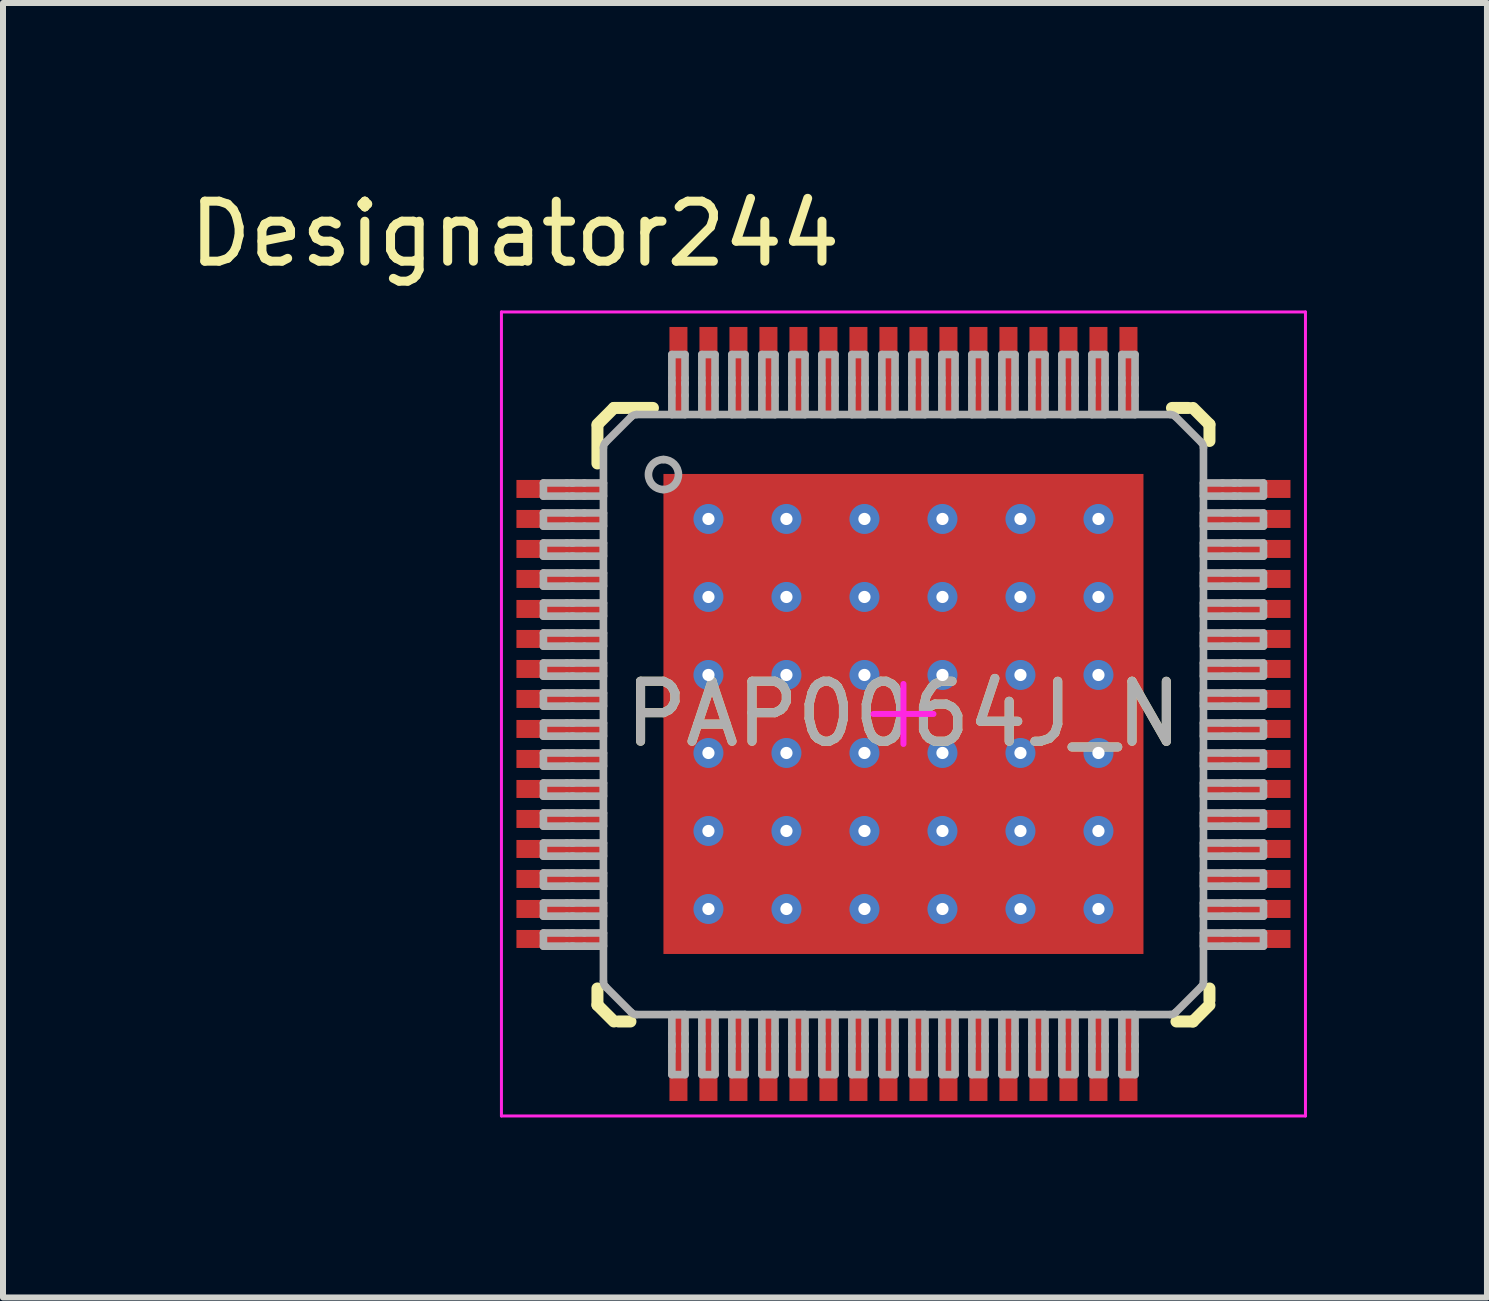
<source format=kicad_pcb>
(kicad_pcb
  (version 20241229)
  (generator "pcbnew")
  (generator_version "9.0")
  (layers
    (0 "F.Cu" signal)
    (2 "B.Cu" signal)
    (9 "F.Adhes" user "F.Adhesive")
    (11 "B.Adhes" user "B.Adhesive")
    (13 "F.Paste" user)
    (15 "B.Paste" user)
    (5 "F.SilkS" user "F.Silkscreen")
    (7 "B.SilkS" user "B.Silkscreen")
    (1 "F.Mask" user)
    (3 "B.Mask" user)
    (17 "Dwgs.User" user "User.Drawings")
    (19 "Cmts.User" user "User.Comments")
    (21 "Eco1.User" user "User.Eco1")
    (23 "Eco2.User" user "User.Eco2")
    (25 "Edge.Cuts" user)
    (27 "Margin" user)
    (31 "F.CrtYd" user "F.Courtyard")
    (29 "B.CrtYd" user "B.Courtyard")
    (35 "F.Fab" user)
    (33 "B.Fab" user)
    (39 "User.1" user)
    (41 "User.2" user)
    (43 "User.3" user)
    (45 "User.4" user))
  (footprint "PAP0064J_N"
    (layer "F.Cu")
    (at 12.007 8.849)
    (property "Reference" "PAP0064J_N" (at 0 0 0) (unlocked yes) (layer "F.SilkS") (effects (font (size 1 1) (thickness 0.15))))
    (attr smd)
    (fp_poly (pts (xy -3.5 3.595) (xy -3.5 -3.595) (xy -3.499 -3.602) (xy -3.497 -3.608) (xy -3.494 -3.614) (xy -3.49 -3.62) (xy -3.484 -3.624) (xy -3.478 -3.627) (xy -3.472 -3.629) (xy -3.465 -3.63) (xy 3.465 -3.63) (xy 3.472 -3.629) (xy 3.478 -3.627) (xy 3.484 -3.624) (xy 3.49 -3.62) (xy 3.494 -3.614) (xy 3.497 -3.608) (xy 3.499 -3.602) (xy 3.5 -3.595) (xy 3.5 3.595) (xy 3.499 3.602) (xy 3.497 3.608) (xy 3.494 3.614) (xy 3.49 3.62) (xy 3.484 3.624) (xy 3.478 3.627) (xy 3.472 3.629) (xy 3.465 3.63) (xy -3.465 3.63) (xy -3.472 3.629) (xy -3.478 3.627) (xy -3.484 3.624) (xy -3.49 3.62) (xy -3.494 3.614) (xy -3.497 3.608) (xy -3.499 3.602)) (stroke (width 0) (type solid)) (fill yes) (layer "F.Mask"))
    (fp_line (start -5.1 -4.825) (end -4.825 -5.1) (stroke (width 0.2) (type solid)) (layer "F.SilkS"))
    (fp_line (start -5.1 -4.175) (end -5.1 -4.8) (stroke (width 0.2) (type solid)) (layer "F.SilkS"))
    (fp_line (start -5.1 4.85) (end -5.1 4.575) (stroke (width 0.2) (type solid)) (layer "F.SilkS"))
    (fp_line (start -5.1 4.85) (end -4.825 5.125) (stroke (width 0.2) (type solid)) (layer "F.SilkS"))
    (fp_line (start -4.825 -5.1) (end -4.175 -5.1) (stroke (width 0.2) (type solid)) (layer "F.SilkS"))
    (fp_line (start -4.75 5.125) (end -4.55 5.125) (stroke (width 0.2) (type solid)) (layer "F.SilkS"))
    (fp_line (start 4.475 -5.1) (end 4.55 -5.1) (stroke (width 0.2) (type solid)) (layer "F.SilkS"))
    (fp_line (start 4.55 -5.1) (end 4.75 -5.1) (stroke (width 0.2) (type solid)) (layer "F.SilkS"))
    (fp_line (start 4.55 5.125) (end 4.825 5.125) (stroke (width 0.2) (type solid)) (layer "F.SilkS"))
    (fp_line (start 4.825 -5.1) (end 5.1 -4.825) (stroke (width 0.2) (type solid)) (layer "F.SilkS"))
    (fp_line (start 4.825 5.125) (end 5.1 4.85) (stroke (width 0.2) (type solid)) (layer "F.SilkS"))
    (fp_line (start 5.1 -4.55) (end 5.1 -4.825) (stroke (width 0.2) (type solid)) (layer "F.SilkS"))
    (fp_line (start 5.1 4.775) (end 5.1 4.575) (stroke (width 0.2) (type solid)) (layer "F.SilkS"))
    (fp_poly (pts (xy -3.5 3.595) (xy -3.5 -3.595) (xy -3.499 -3.602) (xy -3.497 -3.608) (xy -3.494 -3.614) (xy -3.49 -3.62) (xy -3.484 -3.624) (xy -3.478 -3.627) (xy -3.472 -3.629) (xy -3.465 -3.63) (xy 3.465 -3.63) (xy 3.472 -3.629) (xy 3.478 -3.627) (xy 3.484 -3.624) (xy 3.49 -3.62) (xy 3.494 -3.614) (xy 3.497 -3.608) (xy 3.499 -3.602) (xy 3.5 -3.595) (xy 3.5 3.595) (xy 3.499 3.602) (xy 3.497 3.608) (xy 3.494 3.614) (xy 3.49 3.62) (xy 3.484 3.624) (xy 3.478 3.627) (xy 3.472 3.629) (xy 3.465 3.63) (xy -3.465 3.63) (xy -3.472 3.629) (xy -3.478 3.627) (xy -3.484 3.624) (xy -3.49 3.62) (xy -3.494 3.614) (xy -3.497 3.608) (xy -3.499 3.602)) (stroke (width 0) (type solid)) (fill yes) (layer "F.Paste"))
    (fp_line (start -6.7 -6.7) (end 6.7 -6.7) (stroke (width 0.05) (type solid)) (layer "F.CrtYd"))
    (fp_line (start -6.7 6.7) (end -6.7 -6.7) (stroke (width 0.05) (type solid)) (layer "F.CrtYd"))
    (fp_line (start -6.7 6.7) (end 6.7 6.7) (stroke (width 0.05) (type solid)) (layer "F.CrtYd"))
    (fp_line (start -0.5 0) (end 0.5 0) (stroke (width 0.1) (type solid)) (layer "F.CrtYd"))
    (fp_line (start 0 0.5) (end 0 -0.5) (stroke (width 0.1) (type solid)) (layer "F.CrtYd"))
    (fp_line (start 6.7 6.7) (end 6.7 -6.7) (stroke (width 0.05) (type solid)) (layer "F.CrtYd"))
    (fp_line (start -6 -3.85) (end -5.61 -3.85) (stroke (width 0.127) (type solid)) (layer "F.Fab"))
    (fp_line (start -6 -3.63) (end -6 -3.85) (stroke (width 0.127) (type solid)) (layer "F.Fab"))
    (fp_line (start -6 -3.63) (end -5.61 -3.63) (stroke (width 0.127) (type solid)) (layer "F.Fab"))
    (fp_line (start -6 -3.35) (end -5.61 -3.35) (stroke (width 0.127) (type solid)) (layer "F.Fab"))
    (fp_line (start -6 -3.13) (end -6 -3.35) (stroke (width 0.127) (type solid)) (layer "F.Fab"))
    (fp_line (start -6 -3.13) (end -5.61 -3.13) (stroke (width 0.127) (type solid)) (layer "F.Fab"))
    (fp_line (start -6 -2.85) (end -5.61 -2.85) (stroke (width 0.127) (type solid)) (layer "F.Fab"))
    (fp_line (start -6 -2.63) (end -6 -2.85) (stroke (width 0.127) (type solid)) (layer "F.Fab"))
    (fp_line (start -6 -2.63) (end -5.61 -2.63) (stroke (width 0.127) (type solid)) (layer "F.Fab"))
    (fp_line (start -6 -2.35) (end -5.61 -2.35) (stroke (width 0.127) (type solid)) (layer "F.Fab"))
    (fp_line (start -6 -2.13) (end -6 -2.35) (stroke (width 0.127) (type solid)) (layer "F.Fab"))
    (fp_line (start -6 -2.13) (end -5.61 -2.13) (stroke (width 0.127) (type solid)) (layer "F.Fab"))
    (fp_line (start -6 -1.85) (end -5.61 -1.85) (stroke (width 0.127) (type solid)) (layer "F.Fab"))
    (fp_line (start -6 -1.63) (end -6 -1.85) (stroke (width 0.127) (type solid)) (layer "F.Fab"))
    (fp_line (start -6 -1.63) (end -5.61 -1.63) (stroke (width 0.127) (type solid)) (layer "F.Fab"))
    (fp_line (start -6 -1.35) (end -5.61 -1.35) (stroke (width 0.127) (type solid)) (layer "F.Fab"))
    (fp_line (start -6 -1.13) (end -6 -1.35) (stroke (width 0.127) (type solid)) (layer "F.Fab"))
    (fp_line (start -6 -1.13) (end -5.61 -1.13) (stroke (width 0.127) (type solid)) (layer "F.Fab"))
    (fp_line (start -6 -0.85) (end -5.61 -0.85) (stroke (width 0.127) (type solid)) (layer "F.Fab"))
    (fp_line (start -6 -0.63) (end -6 -0.85) (stroke (width 0.127) (type solid)) (layer "F.Fab"))
    (fp_line (start -6 -0.63) (end -5.61 -0.63) (stroke (width 0.127) (type solid)) (layer "F.Fab"))
    (fp_line (start -6 -0.35) (end -5.61 -0.35) (stroke (width 0.127) (type solid)) (layer "F.Fab"))
    (fp_line (start -6 -0.13) (end -6 -0.35) (stroke (width 0.127) (type solid)) (layer "F.Fab"))
    (fp_line (start -6 -0.13) (end -5.61 -0.13) (stroke (width 0.127) (type solid)) (layer "F.Fab"))
    (fp_line (start -6 0.15) (end -5.61 0.15) (stroke (width 0.127) (type solid)) (layer "F.Fab"))
    (fp_line (start -6 0.37) (end -6 0.15) (stroke (width 0.127) (type solid)) (layer "F.Fab"))
    (fp_line (start -6 0.37) (end -5.61 0.37) (stroke (width 0.127) (type solid)) (layer "F.Fab"))
    (fp_line (start -6 0.65) (end -5.61 0.65) (stroke (width 0.127) (type solid)) (layer "F.Fab"))
    (fp_line (start -6 0.87) (end -6 0.65) (stroke (width 0.127) (type solid)) (layer "F.Fab"))
    (fp_line (start -6 0.87) (end -5.61 0.87) (stroke (width 0.127) (type solid)) (layer "F.Fab"))
    (fp_line (start -6 1.15) (end -5.61 1.15) (stroke (width 0.127) (type solid)) (layer "F.Fab"))
    (fp_line (start -6 1.37) (end -6 1.15) (stroke (width 0.127) (type solid)) (layer "F.Fab"))
    (fp_line (start -6 1.37) (end -5.61 1.37) (stroke (width 0.127) (type solid)) (layer "F.Fab"))
    (fp_line (start -6 1.65) (end -5.61 1.65) (stroke (width 0.127) (type solid)) (layer "F.Fab"))
    (fp_line (start -6 1.87) (end -6 1.65) (stroke (width 0.127) (type solid)) (layer "F.Fab"))
    (fp_line (start -6 1.87) (end -5.61 1.87) (stroke (width 0.127) (type solid)) (layer "F.Fab"))
    (fp_line (start -6 2.15) (end -5.61 2.15) (stroke (width 0.127) (type solid)) (layer "F.Fab"))
    (fp_line (start -6 2.37) (end -6 2.15) (stroke (width 0.127) (type solid)) (layer "F.Fab"))
    (fp_line (start -6 2.37) (end -5.61 2.37) (stroke (width 0.127) (type solid)) (layer "F.Fab"))
    (fp_line (start -6 2.65) (end -5.61 2.65) (stroke (width 0.127) (type solid)) (layer "F.Fab"))
    (fp_line (start -6 2.87) (end -6 2.65) (stroke (width 0.127) (type solid)) (layer "F.Fab"))
    (fp_line (start -6 2.87) (end -5.61 2.87) (stroke (width 0.127) (type solid)) (layer "F.Fab"))
    (fp_line (start -6 3.15) (end -5.61 3.15) (stroke (width 0.127) (type solid)) (layer "F.Fab"))
    (fp_line (start -6 3.37) (end -6 3.15) (stroke (width 0.127) (type solid)) (layer "F.Fab"))
    (fp_line (start -6 3.37) (end -5.61 3.37) (stroke (width 0.127) (type solid)) (layer "F.Fab"))
    (fp_line (start -6 3.65) (end -5.61 3.65) (stroke (width 0.127) (type solid)) (layer "F.Fab"))
    (fp_line (start -6 3.87) (end -6 3.65) (stroke (width 0.127) (type solid)) (layer "F.Fab"))
    (fp_line (start -6 3.87) (end -5.61 3.87) (stroke (width 0.127) (type solid)) (layer "F.Fab"))
    (fp_line (start -5.61 -3.85) (end -5.53 -3.85) (stroke (width 0.127) (type solid)) (layer "F.Fab"))
    (fp_line (start -5.61 -3.63) (end -5.53 -3.63) (stroke (width 0.127) (type solid)) (layer "F.Fab"))
    (fp_line (start -5.61 -3.35) (end -5.53 -3.35) (stroke (width 0.127) (type solid)) (layer "F.Fab"))
    (fp_line (start -5.61 -3.13) (end -5.53 -3.13) (stroke (width 0.127) (type solid)) (layer "F.Fab"))
    (fp_line (start -5.61 -2.85) (end -5.53 -2.85) (stroke (width 0.127) (type solid)) (layer "F.Fab"))
    (fp_line (start -5.61 -2.63) (end -5.53 -2.63) (stroke (width 0.127) (type solid)) (layer "F.Fab"))
    (fp_line (start -5.61 -2.35) (end -5.53 -2.35) (stroke (width 0.127) (type solid)) (layer "F.Fab"))
    (fp_line (start -5.61 -2.13) (end -5.53 -2.13) (stroke (width 0.127) (type solid)) (layer "F.Fab"))
    (fp_line (start -5.61 -1.85) (end -5.53 -1.85) (stroke (width 0.127) (type solid)) (layer "F.Fab"))
    (fp_line (start -5.61 -1.63) (end -5.53 -1.63) (stroke (width 0.127) (type solid)) (layer "F.Fab"))
    (fp_line (start -5.61 -1.35) (end -5.53 -1.35) (stroke (width 0.127) (type solid)) (layer "F.Fab"))
    (fp_line (start -5.61 -1.13) (end -5.53 -1.13) (stroke (width 0.127) (type solid)) (layer "F.Fab"))
    (fp_line (start -5.61 -0.85) (end -5.53 -0.85) (stroke (width 0.127) (type solid)) (layer "F.Fab"))
    (fp_line (start -5.61 -0.63) (end -5.53 -0.63) (stroke (width 0.127) (type solid)) (layer "F.Fab"))
    (fp_line (start -5.61 -0.35) (end -5.53 -0.35) (stroke (width 0.127) (type solid)) (layer "F.Fab"))
    (fp_line (start -5.61 -0.13) (end -5.53 -0.13) (stroke (width 0.127) (type solid)) (layer "F.Fab"))
    (fp_line (start -5.61 0.15) (end -5.53 0.15) (stroke (width 0.127) (type solid)) (layer "F.Fab"))
    (fp_line (start -5.61 0.37) (end -5.53 0.37) (stroke (width 0.127) (type solid)) (layer "F.Fab"))
    (fp_line (start -5.61 0.65) (end -5.53 0.65) (stroke (width 0.127) (type solid)) (layer "F.Fab"))
    (fp_line (start -5.61 0.87) (end -5.53 0.87) (stroke (width 0.127) (type solid)) (layer "F.Fab"))
    (fp_line (start -5.61 1.15) (end -5.53 1.15) (stroke (width 0.127) (type solid)) (layer "F.Fab"))
    (fp_line (start -5.61 1.37) (end -5.53 1.37) (stroke (width 0.127) (type solid)) (layer "F.Fab"))
    (fp_line (start -5.61 1.65) (end -5.53 1.65) (stroke (width 0.127) (type solid)) (layer "F.Fab"))
    (fp_line (start -5.61 1.87) (end -5.53 1.87) (stroke (width 0.127) (type solid)) (layer "F.Fab"))
    (fp_line (start -5.61 2.15) (end -5.53 2.15) (stroke (width 0.127) (type solid)) (layer "F.Fab"))
    (fp_line (start -5.61 2.37) (end -5.53 2.37) (stroke (width 0.127) (type solid)) (layer "F.Fab"))
    (fp_line (start -5.61 2.65) (end -5.53 2.65) (stroke (width 0.127) (type solid)) (layer "F.Fab"))
    (fp_line (start -5.61 2.87) (end -5.53 2.87) (stroke (width 0.127) (type solid)) (layer "F.Fab"))
    (fp_line (start -5.61 3.15) (end -5.53 3.15) (stroke (width 0.127) (type solid)) (layer "F.Fab"))
    (fp_line (start -5.61 3.37) (end -5.53 3.37) (stroke (width 0.127) (type solid)) (layer "F.Fab"))
    (fp_line (start -5.61 3.65) (end -5.53 3.65) (stroke (width 0.127) (type solid)) (layer "F.Fab"))
    (fp_line (start -5.61 3.87) (end -5.53 3.87) (stroke (width 0.127) (type solid)) (layer "F.Fab"))
    (fp_line (start -5.53 -3.85) (end -5.503 -3.85) (stroke (width 0.127) (type solid)) (layer "F.Fab"))
    (fp_line (start -5.53 -3.63) (end -5.503 -3.63) (stroke (width 0.127) (type solid)) (layer "F.Fab"))
    (fp_line (start -5.53 -3.35) (end -5.503 -3.35) (stroke (width 0.127) (type solid)) (layer "F.Fab"))
    (fp_line (start -5.53 -3.13) (end -5.503 -3.13) (stroke (width 0.127) (type solid)) (layer "F.Fab"))
    (fp_line (start -5.53 -2.85) (end -5.503 -2.85) (stroke (width 0.127) (type solid)) (layer "F.Fab"))
    (fp_line (start -5.53 -2.63) (end -5.503 -2.63) (stroke (width 0.127) (type solid)) (layer "F.Fab"))
    (fp_line (start -5.53 -2.35) (end -5.503 -2.35) (stroke (width 0.127) (type solid)) (layer "F.Fab"))
    (fp_line (start -5.53 -2.13) (end -5.503 -2.13) (stroke (width 0.127) (type solid)) (layer "F.Fab"))
    (fp_line (start -5.53 -1.85) (end -5.503 -1.85) (stroke (width 0.127) (type solid)) (layer "F.Fab"))
    (fp_line (start -5.53 -1.63) (end -5.503 -1.63) (stroke (width 0.127) (type solid)) (layer "F.Fab"))
    (fp_line (start -5.53 -1.35) (end -5.503 -1.35) (stroke (width 0.127) (type solid)) (layer "F.Fab"))
    (fp_line (start -5.53 -1.13) (end -5.503 -1.13) (stroke (width 0.127) (type solid)) (layer "F.Fab"))
    (fp_line (start -5.53 -0.85) (end -5.503 -0.85) (stroke (width 0.127) (type solid)) (layer "F.Fab"))
    (fp_line (start -5.53 -0.63) (end -5.503 -0.63) (stroke (width 0.127) (type solid)) (layer "F.Fab"))
    (fp_line (start -5.53 -0.35) (end -5.503 -0.35) (stroke (width 0.127) (type solid)) (layer "F.Fab"))
    (fp_line (start -5.53 -0.13) (end -5.503 -0.13) (stroke (width 0.127) (type solid)) (layer "F.Fab"))
    (fp_line (start -5.53 0.15) (end -5.503 0.15) (stroke (width 0.127) (type solid)) (layer "F.Fab"))
    (fp_line (start -5.53 0.37) (end -5.503 0.37) (stroke (width 0.127) (type solid)) (layer "F.Fab"))
    (fp_line (start -5.53 0.65) (end -5.503 0.65) (stroke (width 0.127) (type solid)) (layer "F.Fab"))
    (fp_line (start -5.53 0.87) (end -5.503 0.87) (stroke (width 0.127) (type solid)) (layer "F.Fab"))
    (fp_line (start -5.53 1.15) (end -5.503 1.15) (stroke (width 0.127) (type solid)) (layer "F.Fab"))
    (fp_line (start -5.53 1.37) (end -5.503 1.37) (stroke (width 0.127) (type solid)) (layer "F.Fab"))
    (fp_line (start -5.53 1.65) (end -5.503 1.65) (stroke (width 0.127) (type solid)) (layer "F.Fab"))
    (fp_line (start -5.53 1.87) (end -5.503 1.87) (stroke (width 0.127) (type solid)) (layer "F.Fab"))
    (fp_line (start -5.53 2.15) (end -5.503 2.15) (stroke (width 0.127) (type solid)) (layer "F.Fab"))
    (fp_line (start -5.53 2.37) (end -5.503 2.37) (stroke (width 0.127) (type solid)) (layer "F.Fab"))
    (fp_line (start -5.53 2.65) (end -5.503 2.65) (stroke (width 0.127) (type solid)) (layer "F.Fab"))
    (fp_line (start -5.53 2.87) (end -5.503 2.87) (stroke (width 0.127) (type solid)) (layer "F.Fab"))
    (fp_line (start -5.53 3.15) (end -5.503 3.15) (stroke (width 0.127) (type solid)) (layer "F.Fab"))
    (fp_line (start -5.53 3.37) (end -5.503 3.37) (stroke (width 0.127) (type solid)) (layer "F.Fab"))
    (fp_line (start -5.53 3.65) (end -5.503 3.65) (stroke (width 0.127) (type solid)) (layer "F.Fab"))
    (fp_line (start -5.53 3.87) (end -5.503 3.87) (stroke (width 0.127) (type solid)) (layer "F.Fab"))
    (fp_line (start -5.503 -3.85) (end -5.319 -3.85) (stroke (width 0.127) (type solid)) (layer "F.Fab"))
    (fp_line (start -5.503 -3.63) (end -5.319 -3.63) (stroke (width 0.127) (type solid)) (layer "F.Fab"))
    (fp_line (start -5.503 -3.35) (end -5.319 -3.35) (stroke (width 0.127) (type solid)) (layer "F.Fab"))
    (fp_line (start -5.503 -3.13) (end -5.319 -3.13) (stroke (width 0.127) (type solid)) (layer "F.Fab"))
    (fp_line (start -5.503 -2.85) (end -5.319 -2.85) (stroke (width 0.127) (type solid)) (layer "F.Fab"))
    (fp_line (start -5.503 -2.63) (end -5.319 -2.63) (stroke (width 0.127) (type solid)) (layer "F.Fab"))
    (fp_line (start -5.503 -2.35) (end -5.319 -2.35) (stroke (width 0.127) (type solid)) (layer "F.Fab"))
    (fp_line (start -5.503 -2.13) (end -5.319 -2.13) (stroke (width 0.127) (type solid)) (layer "F.Fab"))
    (fp_line (start -5.503 -1.85) (end -5.319 -1.85) (stroke (width 0.127) (type solid)) (layer "F.Fab"))
    (fp_line (start -5.503 -1.63) (end -5.319 -1.63) (stroke (width 0.127) (type solid)) (layer "F.Fab"))
    (fp_line (start -5.503 -1.35) (end -5.319 -1.35) (stroke (width 0.127) (type solid)) (layer "F.Fab"))
    (fp_line (start -5.503 -1.13) (end -5.319 -1.13) (stroke (width 0.127) (type solid)) (layer "F.Fab"))
    (fp_line (start -5.503 -0.85) (end -5.319 -0.85) (stroke (width 0.127) (type solid)) (layer "F.Fab"))
    (fp_line (start -5.503 -0.63) (end -5.319 -0.63) (stroke (width 0.127) (type solid)) (layer "F.Fab"))
    (fp_line (start -5.503 -0.35) (end -5.319 -0.35) (stroke (width 0.127) (type solid)) (layer "F.Fab"))
    (fp_line (start -5.503 -0.13) (end -5.319 -0.13) (stroke (width 0.127) (type solid)) (layer "F.Fab"))
    (fp_line (start -5.503 0.15) (end -5.319 0.15) (stroke (width 0.127) (type solid)) (layer "F.Fab"))
    (fp_line (start -5.503 0.37) (end -5.319 0.37) (stroke (width 0.127) (type solid)) (layer "F.Fab"))
    (fp_line (start -5.503 0.65) (end -5.319 0.65) (stroke (width 0.127) (type solid)) (layer "F.Fab"))
    (fp_line (start -5.503 0.87) (end -5.319 0.87) (stroke (width 0.127) (type solid)) (layer "F.Fab"))
    (fp_line (start -5.503 1.15) (end -5.319 1.15) (stroke (width 0.127) (type solid)) (layer "F.Fab"))
    (fp_line (start -5.503 1.37) (end -5.319 1.37) (stroke (width 0.127) (type solid)) (layer "F.Fab"))
    (fp_line (start -5.503 1.65) (end -5.319 1.65) (stroke (width 0.127) (type solid)) (layer "F.Fab"))
    (fp_line (start -5.503 1.87) (end -5.319 1.87) (stroke (width 0.127) (type solid)) (layer "F.Fab"))
    (fp_line (start -5.503 2.15) (end -5.319 2.15) (stroke (width 0.127) (type solid)) (layer "F.Fab"))
    (fp_line (start -5.503 2.37) (end -5.319 2.37) (stroke (width 0.127) (type solid)) (layer "F.Fab"))
    (fp_line (start -5.503 2.65) (end -5.319 2.65) (stroke (width 0.127) (type solid)) (layer "F.Fab"))
    (fp_line (start -5.503 2.87) (end -5.319 2.87) (stroke (width 0.127) (type solid)) (layer "F.Fab"))
    (fp_line (start -5.503 3.15) (end -5.319 3.15) (stroke (width 0.127) (type solid)) (layer "F.Fab"))
    (fp_line (start -5.503 3.37) (end -5.319 3.37) (stroke (width 0.127) (type solid)) (layer "F.Fab"))
    (fp_line (start -5.503 3.65) (end -5.319 3.65) (stroke (width 0.127) (type solid)) (layer "F.Fab"))
    (fp_line (start -5.503 3.87) (end -5.319 3.87) (stroke (width 0.127) (type solid)) (layer "F.Fab"))
    (fp_line (start -5.319 -3.85) (end -5 -3.85) (stroke (width 0.127) (type solid)) (layer "F.Fab"))
    (fp_line (start -5.319 -3.63) (end -5 -3.63) (stroke (width 0.127) (type solid)) (layer "F.Fab"))
    (fp_line (start -5.319 -3.35) (end -5 -3.35) (stroke (width 0.127) (type solid)) (layer "F.Fab"))
    (fp_line (start -5.319 -3.13) (end -5 -3.13) (stroke (width 0.127) (type solid)) (layer "F.Fab"))
    (fp_line (start -5.319 -2.85) (end -5 -2.85) (stroke (width 0.127) (type solid)) (layer "F.Fab"))
    (fp_line (start -5.319 -2.63) (end -5 -2.63) (stroke (width 0.127) (type solid)) (layer "F.Fab"))
    (fp_line (start -5.319 -2.35) (end -5 -2.35) (stroke (width 0.127) (type solid)) (layer "F.Fab"))
    (fp_line (start -5.319 -2.13) (end -5 -2.13) (stroke (width 0.127) (type solid)) (layer "F.Fab"))
    (fp_line (start -5.319 -1.85) (end -5 -1.85) (stroke (width 0.127) (type solid)) (layer "F.Fab"))
    (fp_line (start -5.319 -1.63) (end -5 -1.63) (stroke (width 0.127) (type solid)) (layer "F.Fab"))
    (fp_line (start -5.319 -1.35) (end -5 -1.35) (stroke (width 0.127) (type solid)) (layer "F.Fab"))
    (fp_line (start -5.319 -1.13) (end -5 -1.13) (stroke (width 0.127) (type solid)) (layer "F.Fab"))
    (fp_line (start -5.319 -0.85) (end -5 -0.85) (stroke (width 0.127) (type solid)) (layer "F.Fab"))
    (fp_line (start -5.319 -0.63) (end -5 -0.63) (stroke (width 0.127) (type solid)) (layer "F.Fab"))
    (fp_line (start -5.319 -0.35) (end -5 -0.35) (stroke (width 0.127) (type solid)) (layer "F.Fab"))
    (fp_line (start -5.319 -0.13) (end -5 -0.13) (stroke (width 0.127) (type solid)) (layer "F.Fab"))
    (fp_line (start -5.319 0.15) (end -5 0.15) (stroke (width 0.127) (type solid)) (layer "F.Fab"))
    (fp_line (start -5.319 0.37) (end -5 0.37) (stroke (width 0.127) (type solid)) (layer "F.Fab"))
    (fp_line (start -5.319 0.65) (end -5 0.65) (stroke (width 0.127) (type solid)) (layer "F.Fab"))
    (fp_line (start -5.319 0.87) (end -5 0.87) (stroke (width 0.127) (type solid)) (layer "F.Fab"))
    (fp_line (start -5.319 1.15) (end -5 1.15) (stroke (width 0.127) (type solid)) (layer "F.Fab"))
    (fp_line (start -5.319 1.37) (end -5 1.37) (stroke (width 0.127) (type solid)) (layer "F.Fab"))
    (fp_line (start -5.319 1.65) (end -5 1.65) (stroke (width 0.127) (type solid)) (layer "F.Fab"))
    (fp_line (start -5.319 1.87) (end -5 1.87) (stroke (width 0.127) (type solid)) (layer "F.Fab"))
    (fp_line (start -5.319 2.15) (end -5 2.15) (stroke (width 0.127) (type solid)) (layer "F.Fab"))
    (fp_line (start -5.319 2.37) (end -5 2.37) (stroke (width 0.127) (type solid)) (layer "F.Fab"))
    (fp_line (start -5.319 2.65) (end -5 2.65) (stroke (width 0.127) (type solid)) (layer "F.Fab"))
    (fp_line (start -5.319 2.87) (end -5 2.87) (stroke (width 0.127) (type solid)) (layer "F.Fab"))
    (fp_line (start -5.319 3.15) (end -5 3.15) (stroke (width 0.127) (type solid)) (layer "F.Fab"))
    (fp_line (start -5.319 3.37) (end -5 3.37) (stroke (width 0.127) (type solid)) (layer "F.Fab"))
    (fp_line (start -5.319 3.65) (end -5 3.65) (stroke (width 0.127) (type solid)) (layer "F.Fab"))
    (fp_line (start -5.319 3.87) (end -5 3.87) (stroke (width 0.127) (type solid)) (layer "F.Fab"))
    (fp_line (start -5 -3.63) (end -5 -3.85) (stroke (width 0.127) (type solid)) (layer "F.Fab"))
    (fp_line (start -5 -3.13) (end -5 -3.35) (stroke (width 0.127) (type solid)) (layer "F.Fab"))
    (fp_line (start -5 -2.63) (end -5 -2.85) (stroke (width 0.127) (type solid)) (layer "F.Fab"))
    (fp_line (start -5 -2.13) (end -5 -2.35) (stroke (width 0.127) (type solid)) (layer "F.Fab"))
    (fp_line (start -5 -1.63) (end -5 -1.85) (stroke (width 0.127) (type solid)) (layer "F.Fab"))
    (fp_line (start -5 -1.13) (end -5 -1.35) (stroke (width 0.127) (type solid)) (layer "F.Fab"))
    (fp_line (start -5 -0.63) (end -5 -0.85) (stroke (width 0.127) (type solid)) (layer "F.Fab"))
    (fp_line (start -5 -0.13) (end -5 -0.35) (stroke (width 0.127) (type solid)) (layer "F.Fab"))
    (fp_line (start -5 0.37) (end -5 0.15) (stroke (width 0.127) (type solid)) (layer "F.Fab"))
    (fp_line (start -5 0.87) (end -5 0.65) (stroke (width 0.127) (type solid)) (layer "F.Fab"))
    (fp_line (start -5 1.37) (end -5 1.15) (stroke (width 0.127) (type solid)) (layer "F.Fab"))
    (fp_line (start -5 1.87) (end -5 1.65) (stroke (width 0.127) (type solid)) (layer "F.Fab"))
    (fp_line (start -5 2.37) (end -5 2.15) (stroke (width 0.127) (type solid)) (layer "F.Fab"))
    (fp_line (start -5 2.87) (end -5 2.65) (stroke (width 0.127) (type solid)) (layer "F.Fab"))
    (fp_line (start -5 3.37) (end -5 3.15) (stroke (width 0.127) (type solid)) (layer "F.Fab"))
    (fp_line (start -5 3.87) (end -5 3.65) (stroke (width 0.127) (type solid)) (layer "F.Fab"))
    (fp_line (start -5 4.458) (end -5 -4.438) (stroke (width 0.127) (type solid)) (layer "F.Fab"))
    (fp_line (start -4.963 -4.527) (end -4.537 -4.953) (stroke (width 0.127) (type solid)) (layer "F.Fab"))
    (fp_line (start -4.963 4.547) (end -4.537 4.973) (stroke (width 0.127) (type solid)) (layer "F.Fab"))
    (fp_line (start -4.448 -4.99) (end 4.448 -4.99) (stroke (width 0.127) (type solid)) (layer "F.Fab"))
    (fp_line (start -4.448 5.01) (end 4.448 5.01) (stroke (width 0.127) (type solid)) (layer "F.Fab"))
    (fp_line (start -3.86 -5.99) (end -3.64 -5.99) (stroke (width 0.127) (type solid)) (layer "F.Fab"))
    (fp_line (start -3.86 -5.6) (end -3.86 -5.99) (stroke (width 0.127) (type solid)) (layer "F.Fab"))
    (fp_line (start -3.86 -5.52) (end -3.86 -5.6) (stroke (width 0.127) (type solid)) (layer "F.Fab"))
    (fp_line (start -3.86 -5.493) (end -3.86 -5.52) (stroke (width 0.127) (type solid)) (layer "F.Fab"))
    (fp_line (start -3.86 -5.309) (end -3.86 -5.493) (stroke (width 0.127) (type solid)) (layer "F.Fab"))
    (fp_line (start -3.86 -4.99) (end -3.86 -5.309) (stroke (width 0.127) (type solid)) (layer "F.Fab"))
    (fp_line (start -3.86 -4.99) (end -3.64 -4.99) (stroke (width 0.127) (type solid)) (layer "F.Fab"))
    (fp_line (start -3.86 5.01) (end -3.64 5.01) (stroke (width 0.127) (type solid)) (layer "F.Fab"))
    (fp_line (start -3.86 5.329) (end -3.86 5.01) (stroke (width 0.127) (type solid)) (layer "F.Fab"))
    (fp_line (start -3.86 5.513) (end -3.86 5.329) (stroke (width 0.127) (type solid)) (layer "F.Fab"))
    (fp_line (start -3.86 5.54) (end -3.86 5.513) (stroke (width 0.127) (type solid)) (layer "F.Fab"))
    (fp_line (start -3.86 5.62) (end -3.86 5.54) (stroke (width 0.127) (type solid)) (layer "F.Fab"))
    (fp_line (start -3.86 6.01) (end -3.86 5.62) (stroke (width 0.127) (type solid)) (layer "F.Fab"))
    (fp_line (start -3.86 6.01) (end -3.64 6.01) (stroke (width 0.127) (type solid)) (layer "F.Fab"))
    (fp_line (start -3.64 -5.6) (end -3.64 -5.99) (stroke (width 0.127) (type solid)) (layer "F.Fab"))
    (fp_line (start -3.64 -5.52) (end -3.64 -5.6) (stroke (width 0.127) (type solid)) (layer "F.Fab"))
    (fp_line (start -3.64 -5.493) (end -3.64 -5.52) (stroke (width 0.127) (type solid)) (layer "F.Fab"))
    (fp_line (start -3.64 -5.309) (end -3.64 -5.493) (stroke (width 0.127) (type solid)) (layer "F.Fab"))
    (fp_line (start -3.64 -4.99) (end -3.64 -5.309) (stroke (width 0.127) (type solid)) (layer "F.Fab"))
    (fp_line (start -3.64 5.329) (end -3.64 5.01) (stroke (width 0.127) (type solid)) (layer "F.Fab"))
    (fp_line (start -3.64 5.513) (end -3.64 5.329) (stroke (width 0.127) (type solid)) (layer "F.Fab"))
    (fp_line (start -3.64 5.54) (end -3.64 5.513) (stroke (width 0.127) (type solid)) (layer "F.Fab"))
    (fp_line (start -3.64 5.62) (end -3.64 5.54) (stroke (width 0.127) (type solid)) (layer "F.Fab"))
    (fp_line (start -3.64 6.01) (end -3.64 5.62) (stroke (width 0.127) (type solid)) (layer "F.Fab"))
    (fp_line (start -3.36 -5.99) (end -3.14 -5.99) (stroke (width 0.127) (type solid)) (layer "F.Fab"))
    (fp_line (start -3.36 -5.6) (end -3.36 -5.99) (stroke (width 0.127) (type solid)) (layer "F.Fab"))
    (fp_line (start -3.36 -5.52) (end -3.36 -5.6) (stroke (width 0.127) (type solid)) (layer "F.Fab"))
    (fp_line (start -3.36 -5.493) (end -3.36 -5.52) (stroke (width 0.127) (type solid)) (layer "F.Fab"))
    (fp_line (start -3.36 -5.309) (end -3.36 -5.493) (stroke (width 0.127) (type solid)) (layer "F.Fab"))
    (fp_line (start -3.36 -4.99) (end -3.36 -5.309) (stroke (width 0.127) (type solid)) (layer "F.Fab"))
    (fp_line (start -3.36 -4.99) (end -3.14 -4.99) (stroke (width 0.127) (type solid)) (layer "F.Fab"))
    (fp_line (start -3.36 5.01) (end -3.14 5.01) (stroke (width 0.127) (type solid)) (layer "F.Fab"))
    (fp_line (start -3.36 5.329) (end -3.36 5.01) (stroke (width 0.127) (type solid)) (layer "F.Fab"))
    (fp_line (start -3.36 5.513) (end -3.36 5.329) (stroke (width 0.127) (type solid)) (layer "F.Fab"))
    (fp_line (start -3.36 5.54) (end -3.36 5.513) (stroke (width 0.127) (type solid)) (layer "F.Fab"))
    (fp_line (start -3.36 5.62) (end -3.36 5.54) (stroke (width 0.127) (type solid)) (layer "F.Fab"))
    (fp_line (start -3.36 6.01) (end -3.36 5.62) (stroke (width 0.127) (type solid)) (layer "F.Fab"))
    (fp_line (start -3.36 6.01) (end -3.14 6.01) (stroke (width 0.127) (type solid)) (layer "F.Fab"))
    (fp_line (start -3.14 -5.6) (end -3.14 -5.99) (stroke (width 0.127) (type solid)) (layer "F.Fab"))
    (fp_line (start -3.14 -5.52) (end -3.14 -5.6) (stroke (width 0.127) (type solid)) (layer "F.Fab"))
    (fp_line (start -3.14 -5.493) (end -3.14 -5.52) (stroke (width 0.127) (type solid)) (layer "F.Fab"))
    (fp_line (start -3.14 -5.309) (end -3.14 -5.493) (stroke (width 0.127) (type solid)) (layer "F.Fab"))
    (fp_line (start -3.14 -4.99) (end -3.14 -5.309) (stroke (width 0.127) (type solid)) (layer "F.Fab"))
    (fp_line (start -3.14 5.329) (end -3.14 5.01) (stroke (width 0.127) (type solid)) (layer "F.Fab"))
    (fp_line (start -3.14 5.513) (end -3.14 5.329) (stroke (width 0.127) (type solid)) (layer "F.Fab"))
    (fp_line (start -3.14 5.54) (end -3.14 5.513) (stroke (width 0.127) (type solid)) (layer "F.Fab"))
    (fp_line (start -3.14 5.62) (end -3.14 5.54) (stroke (width 0.127) (type solid)) (layer "F.Fab"))
    (fp_line (start -3.14 6.01) (end -3.14 5.62) (stroke (width 0.127) (type solid)) (layer "F.Fab"))
    (fp_line (start -2.86 -5.99) (end -2.64 -5.99) (stroke (width 0.127) (type solid)) (layer "F.Fab"))
    (fp_line (start -2.86 -5.6) (end -2.86 -5.99) (stroke (width 0.127) (type solid)) (layer "F.Fab"))
    (fp_line (start -2.86 -5.52) (end -2.86 -5.6) (stroke (width 0.127) (type solid)) (layer "F.Fab"))
    (fp_line (start -2.86 -5.493) (end -2.86 -5.52) (stroke (width 0.127) (type solid)) (layer "F.Fab"))
    (fp_line (start -2.86 -5.309) (end -2.86 -5.493) (stroke (width 0.127) (type solid)) (layer "F.Fab"))
    (fp_line (start -2.86 -4.99) (end -2.86 -5.309) (stroke (width 0.127) (type solid)) (layer "F.Fab"))
    (fp_line (start -2.86 -4.99) (end -2.64 -4.99) (stroke (width 0.127) (type solid)) (layer "F.Fab"))
    (fp_line (start -2.86 5.01) (end -2.64 5.01) (stroke (width 0.127) (type solid)) (layer "F.Fab"))
    (fp_line (start -2.86 5.329) (end -2.86 5.01) (stroke (width 0.127) (type solid)) (layer "F.Fab"))
    (fp_line (start -2.86 5.513) (end -2.86 5.329) (stroke (width 0.127) (type solid)) (layer "F.Fab"))
    (fp_line (start -2.86 5.54) (end -2.86 5.513) (stroke (width 0.127) (type solid)) (layer "F.Fab"))
    (fp_line (start -2.86 5.62) (end -2.86 5.54) (stroke (width 0.127) (type solid)) (layer "F.Fab"))
    (fp_line (start -2.86 6.01) (end -2.86 5.62) (stroke (width 0.127) (type solid)) (layer "F.Fab"))
    (fp_line (start -2.86 6.01) (end -2.64 6.01) (stroke (width 0.127) (type solid)) (layer "F.Fab"))
    (fp_line (start -2.64 -5.6) (end -2.64 -5.99) (stroke (width 0.127) (type solid)) (layer "F.Fab"))
    (fp_line (start -2.64 -5.52) (end -2.64 -5.6) (stroke (width 0.127) (type solid)) (layer "F.Fab"))
    (fp_line (start -2.64 -5.493) (end -2.64 -5.52) (stroke (width 0.127) (type solid)) (layer "F.Fab"))
    (fp_line (start -2.64 -5.309) (end -2.64 -5.493) (stroke (width 0.127) (type solid)) (layer "F.Fab"))
    (fp_line (start -2.64 -4.99) (end -2.64 -5.309) (stroke (width 0.127) (type solid)) (layer "F.Fab"))
    (fp_line (start -2.64 5.329) (end -2.64 5.01) (stroke (width 0.127) (type solid)) (layer "F.Fab"))
    (fp_line (start -2.64 5.513) (end -2.64 5.329) (stroke (width 0.127) (type solid)) (layer "F.Fab"))
    (fp_line (start -2.64 5.54) (end -2.64 5.513) (stroke (width 0.127) (type solid)) (layer "F.Fab"))
    (fp_line (start -2.64 5.62) (end -2.64 5.54) (stroke (width 0.127) (type solid)) (layer "F.Fab"))
    (fp_line (start -2.64 6.01) (end -2.64 5.62) (stroke (width 0.127) (type solid)) (layer "F.Fab"))
    (fp_line (start -2.36 -5.99) (end -2.14 -5.99) (stroke (width 0.127) (type solid)) (layer "F.Fab"))
    (fp_line (start -2.36 -5.6) (end -2.36 -5.99) (stroke (width 0.127) (type solid)) (layer "F.Fab"))
    (fp_line (start -2.36 -5.52) (end -2.36 -5.6) (stroke (width 0.127) (type solid)) (layer "F.Fab"))
    (fp_line (start -2.36 -5.493) (end -2.36 -5.52) (stroke (width 0.127) (type solid)) (layer "F.Fab"))
    (fp_line (start -2.36 -5.309) (end -2.36 -5.493) (stroke (width 0.127) (type solid)) (layer "F.Fab"))
    (fp_line (start -2.36 -4.99) (end -2.36 -5.309) (stroke (width 0.127) (type solid)) (layer "F.Fab"))
    (fp_line (start -2.36 -4.99) (end -2.14 -4.99) (stroke (width 0.127) (type solid)) (layer "F.Fab"))
    (fp_line (start -2.36 5.01) (end -2.14 5.01) (stroke (width 0.127) (type solid)) (layer "F.Fab"))
    (fp_line (start -2.36 5.329) (end -2.36 5.01) (stroke (width 0.127) (type solid)) (layer "F.Fab"))
    (fp_line (start -2.36 5.513) (end -2.36 5.329) (stroke (width 0.127) (type solid)) (layer "F.Fab"))
    (fp_line (start -2.36 5.54) (end -2.36 5.513) (stroke (width 0.127) (type solid)) (layer "F.Fab"))
    (fp_line (start -2.36 5.62) (end -2.36 5.54) (stroke (width 0.127) (type solid)) (layer "F.Fab"))
    (fp_line (start -2.36 6.01) (end -2.36 5.62) (stroke (width 0.127) (type solid)) (layer "F.Fab"))
    (fp_line (start -2.36 6.01) (end -2.14 6.01) (stroke (width 0.127) (type solid)) (layer "F.Fab"))
    (fp_line (start -2.14 -5.6) (end -2.14 -5.99) (stroke (width 0.127) (type solid)) (layer "F.Fab"))
    (fp_line (start -2.14 -5.52) (end -2.14 -5.6) (stroke (width 0.127) (type solid)) (layer "F.Fab"))
    (fp_line (start -2.14 -5.493) (end -2.14 -5.52) (stroke (width 0.127) (type solid)) (layer "F.Fab"))
    (fp_line (start -2.14 -5.309) (end -2.14 -5.493) (stroke (width 0.127) (type solid)) (layer "F.Fab"))
    (fp_line (start -2.14 -4.99) (end -2.14 -5.309) (stroke (width 0.127) (type solid)) (layer "F.Fab"))
    (fp_line (start -2.14 5.329) (end -2.14 5.01) (stroke (width 0.127) (type solid)) (layer "F.Fab"))
    (fp_line (start -2.14 5.513) (end -2.14 5.329) (stroke (width 0.127) (type solid)) (layer "F.Fab"))
    (fp_line (start -2.14 5.54) (end -2.14 5.513) (stroke (width 0.127) (type solid)) (layer "F.Fab"))
    (fp_line (start -2.14 5.62) (end -2.14 5.54) (stroke (width 0.127) (type solid)) (layer "F.Fab"))
    (fp_line (start -2.14 6.01) (end -2.14 5.62) (stroke (width 0.127) (type solid)) (layer "F.Fab"))
    (fp_line (start -1.86 -5.99) (end -1.64 -5.99) (stroke (width 0.127) (type solid)) (layer "F.Fab"))
    (fp_line (start -1.86 -5.6) (end -1.86 -5.99) (stroke (width 0.127) (type solid)) (layer "F.Fab"))
    (fp_line (start -1.86 -5.52) (end -1.86 -5.6) (stroke (width 0.127) (type solid)) (layer "F.Fab"))
    (fp_line (start -1.86 -5.493) (end -1.86 -5.52) (stroke (width 0.127) (type solid)) (layer "F.Fab"))
    (fp_line (start -1.86 -5.309) (end -1.86 -5.493) (stroke (width 0.127) (type solid)) (layer "F.Fab"))
    (fp_line (start -1.86 -4.99) (end -1.86 -5.309) (stroke (width 0.127) (type solid)) (layer "F.Fab"))
    (fp_line (start -1.86 -4.99) (end -1.64 -4.99) (stroke (width 0.127) (type solid)) (layer "F.Fab"))
    (fp_line (start -1.86 5.01) (end -1.64 5.01) (stroke (width 0.127) (type solid)) (layer "F.Fab"))
    (fp_line (start -1.86 5.329) (end -1.86 5.01) (stroke (width 0.127) (type solid)) (layer "F.Fab"))
    (fp_line (start -1.86 5.513) (end -1.86 5.329) (stroke (width 0.127) (type solid)) (layer "F.Fab"))
    (fp_line (start -1.86 5.54) (end -1.86 5.513) (stroke (width 0.127) (type solid)) (layer "F.Fab"))
    (fp_line (start -1.86 5.62) (end -1.86 5.54) (stroke (width 0.127) (type solid)) (layer "F.Fab"))
    (fp_line (start -1.86 6.01) (end -1.86 5.62) (stroke (width 0.127) (type solid)) (layer "F.Fab"))
    (fp_line (start -1.86 6.01) (end -1.64 6.01) (stroke (width 0.127) (type solid)) (layer "F.Fab"))
    (fp_line (start -1.64 -5.6) (end -1.64 -5.99) (stroke (width 0.127) (type solid)) (layer "F.Fab"))
    (fp_line (start -1.64 -5.52) (end -1.64 -5.6) (stroke (width 0.127) (type solid)) (layer "F.Fab"))
    (fp_line (start -1.64 -5.493) (end -1.64 -5.52) (stroke (width 0.127) (type solid)) (layer "F.Fab"))
    (fp_line (start -1.64 -5.309) (end -1.64 -5.493) (stroke (width 0.127) (type solid)) (layer "F.Fab"))
    (fp_line (start -1.64 -4.99) (end -1.64 -5.309) (stroke (width 0.127) (type solid)) (layer "F.Fab"))
    (fp_line (start -1.64 5.329) (end -1.64 5.01) (stroke (width 0.127) (type solid)) (layer "F.Fab"))
    (fp_line (start -1.64 5.513) (end -1.64 5.329) (stroke (width 0.127) (type solid)) (layer "F.Fab"))
    (fp_line (start -1.64 5.54) (end -1.64 5.513) (stroke (width 0.127) (type solid)) (layer "F.Fab"))
    (fp_line (start -1.64 5.62) (end -1.64 5.54) (stroke (width 0.127) (type solid)) (layer "F.Fab"))
    (fp_line (start -1.64 6.01) (end -1.64 5.62) (stroke (width 0.127) (type solid)) (layer "F.Fab"))
    (fp_line (start -1.36 -5.99) (end -1.14 -5.99) (stroke (width 0.127) (type solid)) (layer "F.Fab"))
    (fp_line (start -1.36 -5.6) (end -1.36 -5.99) (stroke (width 0.127) (type solid)) (layer "F.Fab"))
    (fp_line (start -1.36 -5.52) (end -1.36 -5.6) (stroke (width 0.127) (type solid)) (layer "F.Fab"))
    (fp_line (start -1.36 -5.493) (end -1.36 -5.52) (stroke (width 0.127) (type solid)) (layer "F.Fab"))
    (fp_line (start -1.36 -5.309) (end -1.36 -5.493) (stroke (width 0.127) (type solid)) (layer "F.Fab"))
    (fp_line (start -1.36 -4.99) (end -1.36 -5.309) (stroke (width 0.127) (type solid)) (layer "F.Fab"))
    (fp_line (start -1.36 -4.99) (end -1.14 -4.99) (stroke (width 0.127) (type solid)) (layer "F.Fab"))
    (fp_line (start -1.36 5.01) (end -1.14 5.01) (stroke (width 0.127) (type solid)) (layer "F.Fab"))
    (fp_line (start -1.36 5.329) (end -1.36 5.01) (stroke (width 0.127) (type solid)) (layer "F.Fab"))
    (fp_line (start -1.36 5.513) (end -1.36 5.329) (stroke (width 0.127) (type solid)) (layer "F.Fab"))
    (fp_line (start -1.36 5.54) (end -1.36 5.513) (stroke (width 0.127) (type solid)) (layer "F.Fab"))
    (fp_line (start -1.36 5.62) (end -1.36 5.54) (stroke (width 0.127) (type solid)) (layer "F.Fab"))
    (fp_line (start -1.36 6.01) (end -1.36 5.62) (stroke (width 0.127) (type solid)) (layer "F.Fab"))
    (fp_line (start -1.36 6.01) (end -1.14 6.01) (stroke (width 0.127) (type solid)) (layer "F.Fab"))
    (fp_line (start -1.14 -5.6) (end -1.14 -5.99) (stroke (width 0.127) (type solid)) (layer "F.Fab"))
    (fp_line (start -1.14 -5.52) (end -1.14 -5.6) (stroke (width 0.127) (type solid)) (layer "F.Fab"))
    (fp_line (start -1.14 -5.493) (end -1.14 -5.52) (stroke (width 0.127) (type solid)) (layer "F.Fab"))
    (fp_line (start -1.14 -5.309) (end -1.14 -5.493) (stroke (width 0.127) (type solid)) (layer "F.Fab"))
    (fp_line (start -1.14 -4.99) (end -1.14 -5.309) (stroke (width 0.127) (type solid)) (layer "F.Fab"))
    (fp_line (start -1.14 5.329) (end -1.14 5.01) (stroke (width 0.127) (type solid)) (layer "F.Fab"))
    (fp_line (start -1.14 5.513) (end -1.14 5.329) (stroke (width 0.127) (type solid)) (layer "F.Fab"))
    (fp_line (start -1.14 5.54) (end -1.14 5.513) (stroke (width 0.127) (type solid)) (layer "F.Fab"))
    (fp_line (start -1.14 5.62) (end -1.14 5.54) (stroke (width 0.127) (type solid)) (layer "F.Fab"))
    (fp_line (start -1.14 6.01) (end -1.14 5.62) (stroke (width 0.127) (type solid)) (layer "F.Fab"))
    (fp_line (start -0.86 -5.99) (end -0.64 -5.99) (stroke (width 0.127) (type solid)) (layer "F.Fab"))
    (fp_line (start -0.86 -5.6) (end -0.86 -5.99) (stroke (width 0.127) (type solid)) (layer "F.Fab"))
    (fp_line (start -0.86 -5.52) (end -0.86 -5.6) (stroke (width 0.127) (type solid)) (layer "F.Fab"))
    (fp_line (start -0.86 -5.493) (end -0.86 -5.52) (stroke (width 0.127) (type solid)) (layer "F.Fab"))
    (fp_line (start -0.86 -5.309) (end -0.86 -5.493) (stroke (width 0.127) (type solid)) (layer "F.Fab"))
    (fp_line (start -0.86 -4.99) (end -0.86 -5.309) (stroke (width 0.127) (type solid)) (layer "F.Fab"))
    (fp_line (start -0.86 -4.99) (end -0.64 -4.99) (stroke (width 0.127) (type solid)) (layer "F.Fab"))
    (fp_line (start -0.86 5.01) (end -0.64 5.01) (stroke (width 0.127) (type solid)) (layer "F.Fab"))
    (fp_line (start -0.86 5.329) (end -0.86 5.01) (stroke (width 0.127) (type solid)) (layer "F.Fab"))
    (fp_line (start -0.86 5.513) (end -0.86 5.329) (stroke (width 0.127) (type solid)) (layer "F.Fab"))
    (fp_line (start -0.86 5.54) (end -0.86 5.513) (stroke (width 0.127) (type solid)) (layer "F.Fab"))
    (fp_line (start -0.86 5.62) (end -0.86 5.54) (stroke (width 0.127) (type solid)) (layer "F.Fab"))
    (fp_line (start -0.86 6.01) (end -0.86 5.62) (stroke (width 0.127) (type solid)) (layer "F.Fab"))
    (fp_line (start -0.86 6.01) (end -0.64 6.01) (stroke (width 0.127) (type solid)) (layer "F.Fab"))
    (fp_line (start -0.64 -5.6) (end -0.64 -5.99) (stroke (width 0.127) (type solid)) (layer "F.Fab"))
    (fp_line (start -0.64 -5.52) (end -0.64 -5.6) (stroke (width 0.127) (type solid)) (layer "F.Fab"))
    (fp_line (start -0.64 -5.493) (end -0.64 -5.52) (stroke (width 0.127) (type solid)) (layer "F.Fab"))
    (fp_line (start -0.64 -5.309) (end -0.64 -5.493) (stroke (width 0.127) (type solid)) (layer "F.Fab"))
    (fp_line (start -0.64 -4.99) (end -0.64 -5.309) (stroke (width 0.127) (type solid)) (layer "F.Fab"))
    (fp_line (start -0.64 5.329) (end -0.64 5.01) (stroke (width 0.127) (type solid)) (layer "F.Fab"))
    (fp_line (start -0.64 5.513) (end -0.64 5.329) (stroke (width 0.127) (type solid)) (layer "F.Fab"))
    (fp_line (start -0.64 5.54) (end -0.64 5.513) (stroke (width 0.127) (type solid)) (layer "F.Fab"))
    (fp_line (start -0.64 5.62) (end -0.64 5.54) (stroke (width 0.127) (type solid)) (layer "F.Fab"))
    (fp_line (start -0.64 6.01) (end -0.64 5.62) (stroke (width 0.127) (type solid)) (layer "F.Fab"))
    (fp_line (start -0.36 -5.99) (end -0.14 -5.99) (stroke (width 0.127) (type solid)) (layer "F.Fab"))
    (fp_line (start -0.36 -5.6) (end -0.36 -5.99) (stroke (width 0.127) (type solid)) (layer "F.Fab"))
    (fp_line (start -0.36 -5.52) (end -0.36 -5.6) (stroke (width 0.127) (type solid)) (layer "F.Fab"))
    (fp_line (start -0.36 -5.493) (end -0.36 -5.52) (stroke (width 0.127) (type solid)) (layer "F.Fab"))
    (fp_line (start -0.36 -5.309) (end -0.36 -5.493) (stroke (width 0.127) (type solid)) (layer "F.Fab"))
    (fp_line (start -0.36 -4.99) (end -0.36 -5.309) (stroke (width 0.127) (type solid)) (layer "F.Fab"))
    (fp_line (start -0.36 -4.99) (end -0.14 -4.99) (stroke (width 0.127) (type solid)) (layer "F.Fab"))
    (fp_line (start -0.36 5.01) (end -0.14 5.01) (stroke (width 0.127) (type solid)) (layer "F.Fab"))
    (fp_line (start -0.36 5.329) (end -0.36 5.01) (stroke (width 0.127) (type solid)) (layer "F.Fab"))
    (fp_line (start -0.36 5.513) (end -0.36 5.329) (stroke (width 0.127) (type solid)) (layer "F.Fab"))
    (fp_line (start -0.36 5.54) (end -0.36 5.513) (stroke (width 0.127) (type solid)) (layer "F.Fab"))
    (fp_line (start -0.36 5.62) (end -0.36 5.54) (stroke (width 0.127) (type solid)) (layer "F.Fab"))
    (fp_line (start -0.36 6.01) (end -0.36 5.62) (stroke (width 0.127) (type solid)) (layer "F.Fab"))
    (fp_line (start -0.36 6.01) (end -0.14 6.01) (stroke (width 0.127) (type solid)) (layer "F.Fab"))
    (fp_line (start -0.14 -5.6) (end -0.14 -5.99) (stroke (width 0.127) (type solid)) (layer "F.Fab"))
    (fp_line (start -0.14 -5.52) (end -0.14 -5.6) (stroke (width 0.127) (type solid)) (layer "F.Fab"))
    (fp_line (start -0.14 -5.493) (end -0.14 -5.52) (stroke (width 0.127) (type solid)) (layer "F.Fab"))
    (fp_line (start -0.14 -5.309) (end -0.14 -5.493) (stroke (width 0.127) (type solid)) (layer "F.Fab"))
    (fp_line (start -0.14 -4.99) (end -0.14 -5.309) (stroke (width 0.127) (type solid)) (layer "F.Fab"))
    (fp_line (start -0.14 5.329) (end -0.14 5.01) (stroke (width 0.127) (type solid)) (layer "F.Fab"))
    (fp_line (start -0.14 5.513) (end -0.14 5.329) (stroke (width 0.127) (type solid)) (layer "F.Fab"))
    (fp_line (start -0.14 5.54) (end -0.14 5.513) (stroke (width 0.127) (type solid)) (layer "F.Fab"))
    (fp_line (start -0.14 5.62) (end -0.14 5.54) (stroke (width 0.127) (type solid)) (layer "F.Fab"))
    (fp_line (start -0.14 6.01) (end -0.14 5.62) (stroke (width 0.127) (type solid)) (layer "F.Fab"))
    (fp_line (start 0.14 -5.99) (end 0.36 -5.99) (stroke (width 0.127) (type solid)) (layer "F.Fab"))
    (fp_line (start 0.14 -5.6) (end 0.14 -5.99) (stroke (width 0.127) (type solid)) (layer "F.Fab"))
    (fp_line (start 0.14 -5.52) (end 0.14 -5.6) (stroke (width 0.127) (type solid)) (layer "F.Fab"))
    (fp_line (start 0.14 -5.493) (end 0.14 -5.52) (stroke (width 0.127) (type solid)) (layer "F.Fab"))
    (fp_line (start 0.14 -5.309) (end 0.14 -5.493) (stroke (width 0.127) (type solid)) (layer "F.Fab"))
    (fp_line (start 0.14 -4.99) (end 0.14 -5.309) (stroke (width 0.127) (type solid)) (layer "F.Fab"))
    (fp_line (start 0.14 -4.99) (end 0.36 -4.99) (stroke (width 0.127) (type solid)) (layer "F.Fab"))
    (fp_line (start 0.14 5.01) (end 0.36 5.01) (stroke (width 0.127) (type solid)) (layer "F.Fab"))
    (fp_line (start 0.14 5.329) (end 0.14 5.01) (stroke (width 0.127) (type solid)) (layer "F.Fab"))
    (fp_line (start 0.14 5.513) (end 0.14 5.329) (stroke (width 0.127) (type solid)) (layer "F.Fab"))
    (fp_line (start 0.14 5.54) (end 0.14 5.513) (stroke (width 0.127) (type solid)) (layer "F.Fab"))
    (fp_line (start 0.14 5.62) (end 0.14 5.54) (stroke (width 0.127) (type solid)) (layer "F.Fab"))
    (fp_line (start 0.14 6.01) (end 0.14 5.62) (stroke (width 0.127) (type solid)) (layer "F.Fab"))
    (fp_line (start 0.14 6.01) (end 0.36 6.01) (stroke (width 0.127) (type solid)) (layer "F.Fab"))
    (fp_line (start 0.36 -5.6) (end 0.36 -5.99) (stroke (width 0.127) (type solid)) (layer "F.Fab"))
    (fp_line (start 0.36 -5.52) (end 0.36 -5.6) (stroke (width 0.127) (type solid)) (layer "F.Fab"))
    (fp_line (start 0.36 -5.493) (end 0.36 -5.52) (stroke (width 0.127) (type solid)) (layer "F.Fab"))
    (fp_line (start 0.36 -5.309) (end 0.36 -5.493) (stroke (width 0.127) (type solid)) (layer "F.Fab"))
    (fp_line (start 0.36 -4.99) (end 0.36 -5.309) (stroke (width 0.127) (type solid)) (layer "F.Fab"))
    (fp_line (start 0.36 5.329) (end 0.36 5.01) (stroke (width 0.127) (type solid)) (layer "F.Fab"))
    (fp_line (start 0.36 5.513) (end 0.36 5.329) (stroke (width 0.127) (type solid)) (layer "F.Fab"))
    (fp_line (start 0.36 5.54) (end 0.36 5.513) (stroke (width 0.127) (type solid)) (layer "F.Fab"))
    (fp_line (start 0.36 5.62) (end 0.36 5.54) (stroke (width 0.127) (type solid)) (layer "F.Fab"))
    (fp_line (start 0.36 6.01) (end 0.36 5.62) (stroke (width 0.127) (type solid)) (layer "F.Fab"))
    (fp_line (start 0.64 -5.99) (end 0.86 -5.99) (stroke (width 0.127) (type solid)) (layer "F.Fab"))
    (fp_line (start 0.64 -5.6) (end 0.64 -5.99) (stroke (width 0.127) (type solid)) (layer "F.Fab"))
    (fp_line (start 0.64 -5.52) (end 0.64 -5.6) (stroke (width 0.127) (type solid)) (layer "F.Fab"))
    (fp_line (start 0.64 -5.493) (end 0.64 -5.52) (stroke (width 0.127) (type solid)) (layer "F.Fab"))
    (fp_line (start 0.64 -5.309) (end 0.64 -5.493) (stroke (width 0.127) (type solid)) (layer "F.Fab"))
    (fp_line (start 0.64 -4.99) (end 0.64 -5.309) (stroke (width 0.127) (type solid)) (layer "F.Fab"))
    (fp_line (start 0.64 -4.99) (end 0.86 -4.99) (stroke (width 0.127) (type solid)) (layer "F.Fab"))
    (fp_line (start 0.64 5.01) (end 0.86 5.01) (stroke (width 0.127) (type solid)) (layer "F.Fab"))
    (fp_line (start 0.64 5.329) (end 0.64 5.01) (stroke (width 0.127) (type solid)) (layer "F.Fab"))
    (fp_line (start 0.64 5.513) (end 0.64 5.329) (stroke (width 0.127) (type solid)) (layer "F.Fab"))
    (fp_line (start 0.64 5.54) (end 0.64 5.513) (stroke (width 0.127) (type solid)) (layer "F.Fab"))
    (fp_line (start 0.64 5.62) (end 0.64 5.54) (stroke (width 0.127) (type solid)) (layer "F.Fab"))
    (fp_line (start 0.64 6.01) (end 0.64 5.62) (stroke (width 0.127) (type solid)) (layer "F.Fab"))
    (fp_line (start 0.64 6.01) (end 0.86 6.01) (stroke (width 0.127) (type solid)) (layer "F.Fab"))
    (fp_line (start 0.86 -5.6) (end 0.86 -5.99) (stroke (width 0.127) (type solid)) (layer "F.Fab"))
    (fp_line (start 0.86 -5.52) (end 0.86 -5.6) (stroke (width 0.127) (type solid)) (layer "F.Fab"))
    (fp_line (start 0.86 -5.493) (end 0.86 -5.52) (stroke (width 0.127) (type solid)) (layer "F.Fab"))
    (fp_line (start 0.86 -5.309) (end 0.86 -5.493) (stroke (width 0.127) (type solid)) (layer "F.Fab"))
    (fp_line (start 0.86 -4.99) (end 0.86 -5.309) (stroke (width 0.127) (type solid)) (layer "F.Fab"))
    (fp_line (start 0.86 5.329) (end 0.86 5.01) (stroke (width 0.127) (type solid)) (layer "F.Fab"))
    (fp_line (start 0.86 5.513) (end 0.86 5.329) (stroke (width 0.127) (type solid)) (layer "F.Fab"))
    (fp_line (start 0.86 5.54) (end 0.86 5.513) (stroke (width 0.127) (type solid)) (layer "F.Fab"))
    (fp_line (start 0.86 5.62) (end 0.86 5.54) (stroke (width 0.127) (type solid)) (layer "F.Fab"))
    (fp_line (start 0.86 6.01) (end 0.86 5.62) (stroke (width 0.127) (type solid)) (layer "F.Fab"))
    (fp_line (start 1.14 -5.99) (end 1.36 -5.99) (stroke (width 0.127) (type solid)) (layer "F.Fab"))
    (fp_line (start 1.14 -5.6) (end 1.14 -5.99) (stroke (width 0.127) (type solid)) (layer "F.Fab"))
    (fp_line (start 1.14 -5.52) (end 1.14 -5.6) (stroke (width 0.127) (type solid)) (layer "F.Fab"))
    (fp_line (start 1.14 -5.493) (end 1.14 -5.52) (stroke (width 0.127) (type solid)) (layer "F.Fab"))
    (fp_line (start 1.14 -5.309) (end 1.14 -5.493) (stroke (width 0.127) (type solid)) (layer "F.Fab"))
    (fp_line (start 1.14 -4.99) (end 1.14 -5.309) (stroke (width 0.127) (type solid)) (layer "F.Fab"))
    (fp_line (start 1.14 -4.99) (end 1.36 -4.99) (stroke (width 0.127) (type solid)) (layer "F.Fab"))
    (fp_line (start 1.14 5.01) (end 1.36 5.01) (stroke (width 0.127) (type solid)) (layer "F.Fab"))
    (fp_line (start 1.14 5.329) (end 1.14 5.01) (stroke (width 0.127) (type solid)) (layer "F.Fab"))
    (fp_line (start 1.14 5.513) (end 1.14 5.329) (stroke (width 0.127) (type solid)) (layer "F.Fab"))
    (fp_line (start 1.14 5.54) (end 1.14 5.513) (stroke (width 0.127) (type solid)) (layer "F.Fab"))
    (fp_line (start 1.14 5.62) (end 1.14 5.54) (stroke (width 0.127) (type solid)) (layer "F.Fab"))
    (fp_line (start 1.14 6.01) (end 1.14 5.62) (stroke (width 0.127) (type solid)) (layer "F.Fab"))
    (fp_line (start 1.14 6.01) (end 1.36 6.01) (stroke (width 0.127) (type solid)) (layer "F.Fab"))
    (fp_line (start 1.36 -5.6) (end 1.36 -5.99) (stroke (width 0.127) (type solid)) (layer "F.Fab"))
    (fp_line (start 1.36 -5.52) (end 1.36 -5.6) (stroke (width 0.127) (type solid)) (layer "F.Fab"))
    (fp_line (start 1.36 -5.493) (end 1.36 -5.52) (stroke (width 0.127) (type solid)) (layer "F.Fab"))
    (fp_line (start 1.36 -5.309) (end 1.36 -5.493) (stroke (width 0.127) (type solid)) (layer "F.Fab"))
    (fp_line (start 1.36 -4.99) (end 1.36 -5.309) (stroke (width 0.127) (type solid)) (layer "F.Fab"))
    (fp_line (start 1.36 5.329) (end 1.36 5.01) (stroke (width 0.127) (type solid)) (layer "F.Fab"))
    (fp_line (start 1.36 5.513) (end 1.36 5.329) (stroke (width 0.127) (type solid)) (layer "F.Fab"))
    (fp_line (start 1.36 5.54) (end 1.36 5.513) (stroke (width 0.127) (type solid)) (layer "F.Fab"))
    (fp_line (start 1.36 5.62) (end 1.36 5.54) (stroke (width 0.127) (type solid)) (layer "F.Fab"))
    (fp_line (start 1.36 6.01) (end 1.36 5.62) (stroke (width 0.127) (type solid)) (layer "F.Fab"))
    (fp_line (start 1.64 -5.99) (end 1.86 -5.99) (stroke (width 0.127) (type solid)) (layer "F.Fab"))
    (fp_line (start 1.64 -5.6) (end 1.64 -5.99) (stroke (width 0.127) (type solid)) (layer "F.Fab"))
    (fp_line (start 1.64 -5.52) (end 1.64 -5.6) (stroke (width 0.127) (type solid)) (layer "F.Fab"))
    (fp_line (start 1.64 -5.493) (end 1.64 -5.52) (stroke (width 0.127) (type solid)) (layer "F.Fab"))
    (fp_line (start 1.64 -5.309) (end 1.64 -5.493) (stroke (width 0.127) (type solid)) (layer "F.Fab"))
    (fp_line (start 1.64 -4.99) (end 1.64 -5.309) (stroke (width 0.127) (type solid)) (layer "F.Fab"))
    (fp_line (start 1.64 -4.99) (end 1.86 -4.99) (stroke (width 0.127) (type solid)) (layer "F.Fab"))
    (fp_line (start 1.64 5.01) (end 1.86 5.01) (stroke (width 0.127) (type solid)) (layer "F.Fab"))
    (fp_line (start 1.64 5.329) (end 1.64 5.01) (stroke (width 0.127) (type solid)) (layer "F.Fab"))
    (fp_line (start 1.64 5.513) (end 1.64 5.329) (stroke (width 0.127) (type solid)) (layer "F.Fab"))
    (fp_line (start 1.64 5.54) (end 1.64 5.513) (stroke (width 0.127) (type solid)) (layer "F.Fab"))
    (fp_line (start 1.64 5.62) (end 1.64 5.54) (stroke (width 0.127) (type solid)) (layer "F.Fab"))
    (fp_line (start 1.64 6.01) (end 1.64 5.62) (stroke (width 0.127) (type solid)) (layer "F.Fab"))
    (fp_line (start 1.64 6.01) (end 1.86 6.01) (stroke (width 0.127) (type solid)) (layer "F.Fab"))
    (fp_line (start 1.86 -5.6) (end 1.86 -5.99) (stroke (width 0.127) (type solid)) (layer "F.Fab"))
    (fp_line (start 1.86 -5.52) (end 1.86 -5.6) (stroke (width 0.127) (type solid)) (layer "F.Fab"))
    (fp_line (start 1.86 -5.493) (end 1.86 -5.52) (stroke (width 0.127) (type solid)) (layer "F.Fab"))
    (fp_line (start 1.86 -5.309) (end 1.86 -5.493) (stroke (width 0.127) (type solid)) (layer "F.Fab"))
    (fp_line (start 1.86 -4.99) (end 1.86 -5.309) (stroke (width 0.127) (type solid)) (layer "F.Fab"))
    (fp_line (start 1.86 5.329) (end 1.86 5.01) (stroke (width 0.127) (type solid)) (layer "F.Fab"))
    (fp_line (start 1.86 5.513) (end 1.86 5.329) (stroke (width 0.127) (type solid)) (layer "F.Fab"))
    (fp_line (start 1.86 5.54) (end 1.86 5.513) (stroke (width 0.127) (type solid)) (layer "F.Fab"))
    (fp_line (start 1.86 5.62) (end 1.86 5.54) (stroke (width 0.127) (type solid)) (layer "F.Fab"))
    (fp_line (start 1.86 6.01) (end 1.86 5.62) (stroke (width 0.127) (type solid)) (layer "F.Fab"))
    (fp_line (start 2.14 -5.99) (end 2.36 -5.99) (stroke (width 0.127) (type solid)) (layer "F.Fab"))
    (fp_line (start 2.14 -5.6) (end 2.14 -5.99) (stroke (width 0.127) (type solid)) (layer "F.Fab"))
    (fp_line (start 2.14 -5.52) (end 2.14 -5.6) (stroke (width 0.127) (type solid)) (layer "F.Fab"))
    (fp_line (start 2.14 -5.493) (end 2.14 -5.52) (stroke (width 0.127) (type solid)) (layer "F.Fab"))
    (fp_line (start 2.14 -5.309) (end 2.14 -5.493) (stroke (width 0.127) (type solid)) (layer "F.Fab"))
    (fp_line (start 2.14 -4.99) (end 2.14 -5.309) (stroke (width 0.127) (type solid)) (layer "F.Fab"))
    (fp_line (start 2.14 -4.99) (end 2.36 -4.99) (stroke (width 0.127) (type solid)) (layer "F.Fab"))
    (fp_line (start 2.14 5.01) (end 2.36 5.01) (stroke (width 0.127) (type solid)) (layer "F.Fab"))
    (fp_line (start 2.14 5.329) (end 2.14 5.01) (stroke (width 0.127) (type solid)) (layer "F.Fab"))
    (fp_line (start 2.14 5.513) (end 2.14 5.329) (stroke (width 0.127) (type solid)) (layer "F.Fab"))
    (fp_line (start 2.14 5.54) (end 2.14 5.513) (stroke (width 0.127) (type solid)) (layer "F.Fab"))
    (fp_line (start 2.14 5.62) (end 2.14 5.54) (stroke (width 0.127) (type solid)) (layer "F.Fab"))
    (fp_line (start 2.14 6.01) (end 2.14 5.62) (stroke (width 0.127) (type solid)) (layer "F.Fab"))
    (fp_line (start 2.14 6.01) (end 2.36 6.01) (stroke (width 0.127) (type solid)) (layer "F.Fab"))
    (fp_line (start 2.36 -5.6) (end 2.36 -5.99) (stroke (width 0.127) (type solid)) (layer "F.Fab"))
    (fp_line (start 2.36 -5.52) (end 2.36 -5.6) (stroke (width 0.127) (type solid)) (layer "F.Fab"))
    (fp_line (start 2.36 -5.493) (end 2.36 -5.52) (stroke (width 0.127) (type solid)) (layer "F.Fab"))
    (fp_line (start 2.36 -5.309) (end 2.36 -5.493) (stroke (width 0.127) (type solid)) (layer "F.Fab"))
    (fp_line (start 2.36 -4.99) (end 2.36 -5.309) (stroke (width 0.127) (type solid)) (layer "F.Fab"))
    (fp_line (start 2.36 5.329) (end 2.36 5.01) (stroke (width 0.127) (type solid)) (layer "F.Fab"))
    (fp_line (start 2.36 5.513) (end 2.36 5.329) (stroke (width 0.127) (type solid)) (layer "F.Fab"))
    (fp_line (start 2.36 5.54) (end 2.36 5.513) (stroke (width 0.127) (type solid)) (layer "F.Fab"))
    (fp_line (start 2.36 5.62) (end 2.36 5.54) (stroke (width 0.127) (type solid)) (layer "F.Fab"))
    (fp_line (start 2.36 6.01) (end 2.36 5.62) (stroke (width 0.127) (type solid)) (layer "F.Fab"))
    (fp_line (start 2.64 -5.99) (end 2.86 -5.99) (stroke (width 0.127) (type solid)) (layer "F.Fab"))
    (fp_line (start 2.64 -5.6) (end 2.64 -5.99) (stroke (width 0.127) (type solid)) (layer "F.Fab"))
    (fp_line (start 2.64 -5.52) (end 2.64 -5.6) (stroke (width 0.127) (type solid)) (layer "F.Fab"))
    (fp_line (start 2.64 -5.493) (end 2.64 -5.52) (stroke (width 0.127) (type solid)) (layer "F.Fab"))
    (fp_line (start 2.64 -5.309) (end 2.64 -5.493) (stroke (width 0.127) (type solid)) (layer "F.Fab"))
    (fp_line (start 2.64 -4.99) (end 2.64 -5.309) (stroke (width 0.127) (type solid)) (layer "F.Fab"))
    (fp_line (start 2.64 -4.99) (end 2.86 -4.99) (stroke (width 0.127) (type solid)) (layer "F.Fab"))
    (fp_line (start 2.64 5.01) (end 2.86 5.01) (stroke (width 0.127) (type solid)) (layer "F.Fab"))
    (fp_line (start 2.64 5.329) (end 2.64 5.01) (stroke (width 0.127) (type solid)) (layer "F.Fab"))
    (fp_line (start 2.64 5.513) (end 2.64 5.329) (stroke (width 0.127) (type solid)) (layer "F.Fab"))
    (fp_line (start 2.64 5.54) (end 2.64 5.513) (stroke (width 0.127) (type solid)) (layer "F.Fab"))
    (fp_line (start 2.64 5.62) (end 2.64 5.54) (stroke (width 0.127) (type solid)) (layer "F.Fab"))
    (fp_line (start 2.64 6.01) (end 2.64 5.62) (stroke (width 0.127) (type solid)) (layer "F.Fab"))
    (fp_line (start 2.64 6.01) (end 2.86 6.01) (stroke (width 0.127) (type solid)) (layer "F.Fab"))
    (fp_line (start 2.86 -5.6) (end 2.86 -5.99) (stroke (width 0.127) (type solid)) (layer "F.Fab"))
    (fp_line (start 2.86 -5.52) (end 2.86 -5.6) (stroke (width 0.127) (type solid)) (layer "F.Fab"))
    (fp_line (start 2.86 -5.493) (end 2.86 -5.52) (stroke (width 0.127) (type solid)) (layer "F.Fab"))
    (fp_line (start 2.86 -5.309) (end 2.86 -5.493) (stroke (width 0.127) (type solid)) (layer "F.Fab"))
    (fp_line (start 2.86 -4.99) (end 2.86 -5.309) (stroke (width 0.127) (type solid)) (layer "F.Fab"))
    (fp_line (start 2.86 5.329) (end 2.86 5.01) (stroke (width 0.127) (type solid)) (layer "F.Fab"))
    (fp_line (start 2.86 5.513) (end 2.86 5.329) (stroke (width 0.127) (type solid)) (layer "F.Fab"))
    (fp_line (start 2.86 5.54) (end 2.86 5.513) (stroke (width 0.127) (type solid)) (layer "F.Fab"))
    (fp_line (start 2.86 5.62) (end 2.86 5.54) (stroke (width 0.127) (type solid)) (layer "F.Fab"))
    (fp_line (start 2.86 6.01) (end 2.86 5.62) (stroke (width 0.127) (type solid)) (layer "F.Fab"))
    (fp_line (start 3.14 -5.99) (end 3.36 -5.99) (stroke (width 0.127) (type solid)) (layer "F.Fab"))
    (fp_line (start 3.14 -5.6) (end 3.14 -5.99) (stroke (width 0.127) (type solid)) (layer "F.Fab"))
    (fp_line (start 3.14 -5.52) (end 3.14 -5.6) (stroke (width 0.127) (type solid)) (layer "F.Fab"))
    (fp_line (start 3.14 -5.493) (end 3.14 -5.52) (stroke (width 0.127) (type solid)) (layer "F.Fab"))
    (fp_line (start 3.14 -5.309) (end 3.14 -5.493) (stroke (width 0.127) (type solid)) (layer "F.Fab"))
    (fp_line (start 3.14 -4.99) (end 3.14 -5.309) (stroke (width 0.127) (type solid)) (layer "F.Fab"))
    (fp_line (start 3.14 -4.99) (end 3.36 -4.99) (stroke (width 0.127) (type solid)) (layer "F.Fab"))
    (fp_line (start 3.14 5.01) (end 3.36 5.01) (stroke (width 0.127) (type solid)) (layer "F.Fab"))
    (fp_line (start 3.14 5.329) (end 3.14 5.01) (stroke (width 0.127) (type solid)) (layer "F.Fab"))
    (fp_line (start 3.14 5.513) (end 3.14 5.329) (stroke (width 0.127) (type solid)) (layer "F.Fab"))
    (fp_line (start 3.14 5.54) (end 3.14 5.513) (stroke (width 0.127) (type solid)) (layer "F.Fab"))
    (fp_line (start 3.14 5.62) (end 3.14 5.54) (stroke (width 0.127) (type solid)) (layer "F.Fab"))
    (fp_line (start 3.14 6.01) (end 3.14 5.62) (stroke (width 0.127) (type solid)) (layer "F.Fab"))
    (fp_line (start 3.14 6.01) (end 3.36 6.01) (stroke (width 0.127) (type solid)) (layer "F.Fab"))
    (fp_line (start 3.36 -5.6) (end 3.36 -5.99) (stroke (width 0.127) (type solid)) (layer "F.Fab"))
    (fp_line (start 3.36 -5.52) (end 3.36 -5.6) (stroke (width 0.127) (type solid)) (layer "F.Fab"))
    (fp_line (start 3.36 -5.493) (end 3.36 -5.52) (stroke (width 0.127) (type solid)) (layer "F.Fab"))
    (fp_line (start 3.36 -5.309) (end 3.36 -5.493) (stroke (width 0.127) (type solid)) (layer "F.Fab"))
    (fp_line (start 3.36 -4.99) (end 3.36 -5.309) (stroke (width 0.127) (type solid)) (layer "F.Fab"))
    (fp_line (start 3.36 5.329) (end 3.36 5.01) (stroke (width 0.127) (type solid)) (layer "F.Fab"))
    (fp_line (start 3.36 5.513) (end 3.36 5.329) (stroke (width 0.127) (type solid)) (layer "F.Fab"))
    (fp_line (start 3.36 5.54) (end 3.36 5.513) (stroke (width 0.127) (type solid)) (layer "F.Fab"))
    (fp_line (start 3.36 5.62) (end 3.36 5.54) (stroke (width 0.127) (type solid)) (layer "F.Fab"))
    (fp_line (start 3.36 6.01) (end 3.36 5.62) (stroke (width 0.127) (type solid)) (layer "F.Fab"))
    (fp_line (start 3.64 -5.99) (end 3.86 -5.99) (stroke (width 0.127) (type solid)) (layer "F.Fab"))
    (fp_line (start 3.64 -5.6) (end 3.64 -5.99) (stroke (width 0.127) (type solid)) (layer "F.Fab"))
    (fp_line (start 3.64 -5.52) (end 3.64 -5.6) (stroke (width 0.127) (type solid)) (layer "F.Fab"))
    (fp_line (start 3.64 -5.493) (end 3.64 -5.52) (stroke (width 0.127) (type solid)) (layer "F.Fab"))
    (fp_line (start 3.64 -5.309) (end 3.64 -5.493) (stroke (width 0.127) (type solid)) (layer "F.Fab"))
    (fp_line (start 3.64 -4.99) (end 3.64 -5.309) (stroke (width 0.127) (type solid)) (layer "F.Fab"))
    (fp_line (start 3.64 -4.99) (end 3.86 -4.99) (stroke (width 0.127) (type solid)) (layer "F.Fab"))
    (fp_line (start 3.64 5.01) (end 3.86 5.01) (stroke (width 0.127) (type solid)) (layer "F.Fab"))
    (fp_line (start 3.64 5.329) (end 3.64 5.01) (stroke (width 0.127) (type solid)) (layer "F.Fab"))
    (fp_line (start 3.64 5.513) (end 3.64 5.329) (stroke (width 0.127) (type solid)) (layer "F.Fab"))
    (fp_line (start 3.64 5.54) (end 3.64 5.513) (stroke (width 0.127) (type solid)) (layer "F.Fab"))
    (fp_line (start 3.64 5.62) (end 3.64 5.54) (stroke (width 0.127) (type solid)) (layer "F.Fab"))
    (fp_line (start 3.64 6.01) (end 3.64 5.62) (stroke (width 0.127) (type solid)) (layer "F.Fab"))
    (fp_line (start 3.64 6.01) (end 3.86 6.01) (stroke (width 0.127) (type solid)) (layer "F.Fab"))
    (fp_line (start 3.86 -5.6) (end 3.86 -5.99) (stroke (width 0.127) (type solid)) (layer "F.Fab"))
    (fp_line (start 3.86 -5.52) (end 3.86 -5.6) (stroke (width 0.127) (type solid)) (layer "F.Fab"))
    (fp_line (start 3.86 -5.493) (end 3.86 -5.52) (stroke (width 0.127) (type solid)) (layer "F.Fab"))
    (fp_line (start 3.86 -5.309) (end 3.86 -5.493) (stroke (width 0.127) (type solid)) (layer "F.Fab"))
    (fp_line (start 3.86 -4.99) (end 3.86 -5.309) (stroke (width 0.127) (type solid)) (layer "F.Fab"))
    (fp_line (start 3.86 5.329) (end 3.86 5.01) (stroke (width 0.127) (type solid)) (layer "F.Fab"))
    (fp_line (start 3.86 5.513) (end 3.86 5.329) (stroke (width 0.127) (type solid)) (layer "F.Fab"))
    (fp_line (start 3.86 5.54) (end 3.86 5.513) (stroke (width 0.127) (type solid)) (layer "F.Fab"))
    (fp_line (start 3.86 5.62) (end 3.86 5.54) (stroke (width 0.127) (type solid)) (layer "F.Fab"))
    (fp_line (start 3.86 6.01) (end 3.86 5.62) (stroke (width 0.127) (type solid)) (layer "F.Fab"))
    (fp_line (start 4.537 -4.953) (end 4.963 -4.527) (stroke (width 0.127) (type solid)) (layer "F.Fab"))
    (fp_line (start 4.537 4.973) (end 4.963 4.547) (stroke (width 0.127) (type solid)) (layer "F.Fab"))
    (fp_line (start 5 -3.85) (end 5.319 -3.85) (stroke (width 0.127) (type solid)) (layer "F.Fab"))
    (fp_line (start 5 -3.63) (end 5 -3.85) (stroke (width 0.127) (type solid)) (layer "F.Fab"))
    (fp_line (start 5 -3.63) (end 5.319 -3.63) (stroke (width 0.127) (type solid)) (layer "F.Fab"))
    (fp_line (start 5 -3.35) (end 5.319 -3.35) (stroke (width 0.127) (type solid)) (layer "F.Fab"))
    (fp_line (start 5 -3.13) (end 5 -3.35) (stroke (width 0.127) (type solid)) (layer "F.Fab"))
    (fp_line (start 5 -3.13) (end 5.319 -3.13) (stroke (width 0.127) (type solid)) (layer "F.Fab"))
    (fp_line (start 5 -2.85) (end 5.319 -2.85) (stroke (width 0.127) (type solid)) (layer "F.Fab"))
    (fp_line (start 5 -2.63) (end 5 -2.85) (stroke (width 0.127) (type solid)) (layer "F.Fab"))
    (fp_line (start 5 -2.63) (end 5.319 -2.63) (stroke (width 0.127) (type solid)) (layer "F.Fab"))
    (fp_line (start 5 -2.35) (end 5.319 -2.35) (stroke (width 0.127) (type solid)) (layer "F.Fab"))
    (fp_line (start 5 -2.13) (end 5 -2.35) (stroke (width 0.127) (type solid)) (layer "F.Fab"))
    (fp_line (start 5 -2.13) (end 5.319 -2.13) (stroke (width 0.127) (type solid)) (layer "F.Fab"))
    (fp_line (start 5 -1.85) (end 5.319 -1.85) (stroke (width 0.127) (type solid)) (layer "F.Fab"))
    (fp_line (start 5 -1.63) (end 5 -1.85) (stroke (width 0.127) (type solid)) (layer "F.Fab"))
    (fp_line (start 5 -1.63) (end 5.319 -1.63) (stroke (width 0.127) (type solid)) (layer "F.Fab"))
    (fp_line (start 5 -1.35) (end 5.319 -1.35) (stroke (width 0.127) (type solid)) (layer "F.Fab"))
    (fp_line (start 5 -1.13) (end 5 -1.35) (stroke (width 0.127) (type solid)) (layer "F.Fab"))
    (fp_line (start 5 -1.13) (end 5.319 -1.13) (stroke (width 0.127) (type solid)) (layer "F.Fab"))
    (fp_line (start 5 -0.85) (end 5.319 -0.85) (stroke (width 0.127) (type solid)) (layer "F.Fab"))
    (fp_line (start 5 -0.63) (end 5 -0.85) (stroke (width 0.127) (type solid)) (layer "F.Fab"))
    (fp_line (start 5 -0.63) (end 5.319 -0.63) (stroke (width 0.127) (type solid)) (layer "F.Fab"))
    (fp_line (start 5 -0.35) (end 5.319 -0.35) (stroke (width 0.127) (type solid)) (layer "F.Fab"))
    (fp_line (start 5 -0.13) (end 5 -0.35) (stroke (width 0.127) (type solid)) (layer "F.Fab"))
    (fp_line (start 5 -0.13) (end 5.319 -0.13) (stroke (width 0.127) (type solid)) (layer "F.Fab"))
    (fp_line (start 5 0.15) (end 5.319 0.15) (stroke (width 0.127) (type solid)) (layer "F.Fab"))
    (fp_line (start 5 0.37) (end 5 0.15) (stroke (width 0.127) (type solid)) (layer "F.Fab"))
    (fp_line (start 5 0.37) (end 5.319 0.37) (stroke (width 0.127) (type solid)) (layer "F.Fab"))
    (fp_line (start 5 0.65) (end 5.319 0.65) (stroke (width 0.127) (type solid)) (layer "F.Fab"))
    (fp_line (start 5 0.87) (end 5 0.65) (stroke (width 0.127) (type solid)) (layer "F.Fab"))
    (fp_line (start 5 0.87) (end 5.319 0.87) (stroke (width 0.127) (type solid)) (layer "F.Fab"))
    (fp_line (start 5 1.15) (end 5.319 1.15) (stroke (width 0.127) (type solid)) (layer "F.Fab"))
    (fp_line (start 5 1.37) (end 5 1.15) (stroke (width 0.127) (type solid)) (layer "F.Fab"))
    (fp_line (start 5 1.37) (end 5.319 1.37) (stroke (width 0.127) (type solid)) (layer "F.Fab"))
    (fp_line (start 5 1.65) (end 5.319 1.65) (stroke (width 0.127) (type solid)) (layer "F.Fab"))
    (fp_line (start 5 1.87) (end 5 1.65) (stroke (width 0.127) (type solid)) (layer "F.Fab"))
    (fp_line (start 5 1.87) (end 5.319 1.87) (stroke (width 0.127) (type solid)) (layer "F.Fab"))
    (fp_line (start 5 2.15) (end 5.319 2.15) (stroke (width 0.127) (type solid)) (layer "F.Fab"))
    (fp_line (start 5 2.37) (end 5 2.15) (stroke (width 0.127) (type solid)) (layer "F.Fab"))
    (fp_line (start 5 2.37) (end 5.319 2.37) (stroke (width 0.127) (type solid)) (layer "F.Fab"))
    (fp_line (start 5 2.65) (end 5.319 2.65) (stroke (width 0.127) (type solid)) (layer "F.Fab"))
    (fp_line (start 5 2.87) (end 5 2.65) (stroke (width 0.127) (type solid)) (layer "F.Fab"))
    (fp_line (start 5 2.87) (end 5.319 2.87) (stroke (width 0.127) (type solid)) (layer "F.Fab"))
    (fp_line (start 5 3.15) (end 5.319 3.15) (stroke (width 0.127) (type solid)) (layer "F.Fab"))
    (fp_line (start 5 3.37) (end 5 3.15) (stroke (width 0.127) (type solid)) (layer "F.Fab"))
    (fp_line (start 5 3.37) (end 5.319 3.37) (stroke (width 0.127) (type solid)) (layer "F.Fab"))
    (fp_line (start 5 3.65) (end 5.319 3.65) (stroke (width 0.127) (type solid)) (layer "F.Fab"))
    (fp_line (start 5 3.87) (end 5 3.65) (stroke (width 0.127) (type solid)) (layer "F.Fab"))
    (fp_line (start 5 3.87) (end 5.319 3.87) (stroke (width 0.127) (type solid)) (layer "F.Fab"))
    (fp_line (start 5 4.458) (end 5 -4.438) (stroke (width 0.127) (type solid)) (layer "F.Fab"))
    (fp_line (start 5.319 -3.85) (end 5.503 -3.85) (stroke (width 0.127) (type solid)) (layer "F.Fab"))
    (fp_line (start 5.319 -3.63) (end 5.503 -3.63) (stroke (width 0.127) (type solid)) (layer "F.Fab"))
    (fp_line (start 5.319 -3.35) (end 5.503 -3.35) (stroke (width 0.127) (type solid)) (layer "F.Fab"))
    (fp_line (start 5.319 -3.13) (end 5.503 -3.13) (stroke (width 0.127) (type solid)) (layer "F.Fab"))
    (fp_line (start 5.319 -2.85) (end 5.503 -2.85) (stroke (width 0.127) (type solid)) (layer "F.Fab"))
    (fp_line (start 5.319 -2.63) (end 5.503 -2.63) (stroke (width 0.127) (type solid)) (layer "F.Fab"))
    (fp_line (start 5.319 -2.35) (end 5.503 -2.35) (stroke (width 0.127) (type solid)) (layer "F.Fab"))
    (fp_line (start 5.319 -2.13) (end 5.503 -2.13) (stroke (width 0.127) (type solid)) (layer "F.Fab"))
    (fp_line (start 5.319 -1.85) (end 5.503 -1.85) (stroke (width 0.127) (type solid)) (layer "F.Fab"))
    (fp_line (start 5.319 -1.63) (end 5.503 -1.63) (stroke (width 0.127) (type solid)) (layer "F.Fab"))
    (fp_line (start 5.319 -1.35) (end 5.503 -1.35) (stroke (width 0.127) (type solid)) (layer "F.Fab"))
    (fp_line (start 5.319 -1.13) (end 5.503 -1.13) (stroke (width 0.127) (type solid)) (layer "F.Fab"))
    (fp_line (start 5.319 -0.85) (end 5.503 -0.85) (stroke (width 0.127) (type solid)) (layer "F.Fab"))
    (fp_line (start 5.319 -0.63) (end 5.503 -0.63) (stroke (width 0.127) (type solid)) (layer "F.Fab"))
    (fp_line (start 5.319 -0.35) (end 5.503 -0.35) (stroke (width 0.127) (type solid)) (layer "F.Fab"))
    (fp_line (start 5.319 -0.13) (end 5.503 -0.13) (stroke (width 0.127) (type solid)) (layer "F.Fab"))
    (fp_line (start 5.319 0.15) (end 5.503 0.15) (stroke (width 0.127) (type solid)) (layer "F.Fab"))
    (fp_line (start 5.319 0.37) (end 5.503 0.37) (stroke (width 0.127) (type solid)) (layer "F.Fab"))
    (fp_line (start 5.319 0.65) (end 5.503 0.65) (stroke (width 0.127) (type solid)) (layer "F.Fab"))
    (fp_line (start 5.319 0.87) (end 5.503 0.87) (stroke (width 0.127) (type solid)) (layer "F.Fab"))
    (fp_line (start 5.319 1.15) (end 5.503 1.15) (stroke (width 0.127) (type solid)) (layer "F.Fab"))
    (fp_line (start 5.319 1.37) (end 5.503 1.37) (stroke (width 0.127) (type solid)) (layer "F.Fab"))
    (fp_line (start 5.319 1.65) (end 5.503 1.65) (stroke (width 0.127) (type solid)) (layer "F.Fab"))
    (fp_line (start 5.319 1.87) (end 5.503 1.87) (stroke (width 0.127) (type solid)) (layer "F.Fab"))
    (fp_line (start 5.319 2.15) (end 5.503 2.15) (stroke (width 0.127) (type solid)) (layer "F.Fab"))
    (fp_line (start 5.319 2.37) (end 5.503 2.37) (stroke (width 0.127) (type solid)) (layer "F.Fab"))
    (fp_line (start 5.319 2.65) (end 5.503 2.65) (stroke (width 0.127) (type solid)) (layer "F.Fab"))
    (fp_line (start 5.319 2.87) (end 5.503 2.87) (stroke (width 0.127) (type solid)) (layer "F.Fab"))
    (fp_line (start 5.319 3.15) (end 5.503 3.15) (stroke (width 0.127) (type solid)) (layer "F.Fab"))
    (fp_line (start 5.319 3.37) (end 5.503 3.37) (stroke (width 0.127) (type solid)) (layer "F.Fab"))
    (fp_line (start 5.319 3.65) (end 5.503 3.65) (stroke (width 0.127) (type solid)) (layer "F.Fab"))
    (fp_line (start 5.319 3.87) (end 5.503 3.87) (stroke (width 0.127) (type solid)) (layer "F.Fab"))
    (fp_line (start 5.503 -3.85) (end 5.53 -3.85) (stroke (width 0.127) (type solid)) (layer "F.Fab"))
    (fp_line (start 5.503 -3.63) (end 5.53 -3.63) (stroke (width 0.127) (type solid)) (layer "F.Fab"))
    (fp_line (start 5.503 -3.35) (end 5.53 -3.35) (stroke (width 0.127) (type solid)) (layer "F.Fab"))
    (fp_line (start 5.503 -3.13) (end 5.53 -3.13) (stroke (width 0.127) (type solid)) (layer "F.Fab"))
    (fp_line (start 5.503 -2.85) (end 5.53 -2.85) (stroke (width 0.127) (type solid)) (layer "F.Fab"))
    (fp_line (start 5.503 -2.63) (end 5.53 -2.63) (stroke (width 0.127) (type solid)) (layer "F.Fab"))
    (fp_line (start 5.503 -2.35) (end 5.53 -2.35) (stroke (width 0.127) (type solid)) (layer "F.Fab"))
    (fp_line (start 5.503 -2.13) (end 5.53 -2.13) (stroke (width 0.127) (type solid)) (layer "F.Fab"))
    (fp_line (start 5.503 -1.85) (end 5.53 -1.85) (stroke (width 0.127) (type solid)) (layer "F.Fab"))
    (fp_line (start 5.503 -1.63) (end 5.53 -1.63) (stroke (width 0.127) (type solid)) (layer "F.Fab"))
    (fp_line (start 5.503 -1.35) (end 5.53 -1.35) (stroke (width 0.127) (type solid)) (layer "F.Fab"))
    (fp_line (start 5.503 -1.13) (end 5.53 -1.13) (stroke (width 0.127) (type solid)) (layer "F.Fab"))
    (fp_line (start 5.503 -0.85) (end 5.53 -0.85) (stroke (width 0.127) (type solid)) (layer "F.Fab"))
    (fp_line (start 5.503 -0.63) (end 5.53 -0.63) (stroke (width 0.127) (type solid)) (layer "F.Fab"))
    (fp_line (start 5.503 -0.35) (end 5.53 -0.35) (stroke (width 0.127) (type solid)) (layer "F.Fab"))
    (fp_line (start 5.503 -0.13) (end 5.53 -0.13) (stroke (width 0.127) (type solid)) (layer "F.Fab"))
    (fp_line (start 5.503 0.15) (end 5.53 0.15) (stroke (width 0.127) (type solid)) (layer "F.Fab"))
    (fp_line (start 5.503 0.37) (end 5.53 0.37) (stroke (width 0.127) (type solid)) (layer "F.Fab"))
    (fp_line (start 5.503 0.65) (end 5.53 0.65) (stroke (width 0.127) (type solid)) (layer "F.Fab"))
    (fp_line (start 5.503 0.87) (end 5.53 0.87) (stroke (width 0.127) (type solid)) (layer "F.Fab"))
    (fp_line (start 5.503 1.15) (end 5.53 1.15) (stroke (width 0.127) (type solid)) (layer "F.Fab"))
    (fp_line (start 5.503 1.37) (end 5.53 1.37) (stroke (width 0.127) (type solid)) (layer "F.Fab"))
    (fp_line (start 5.503 1.65) (end 5.53 1.65) (stroke (width 0.127) (type solid)) (layer "F.Fab"))
    (fp_line (start 5.503 1.87) (end 5.53 1.87) (stroke (width 0.127) (type solid)) (layer "F.Fab"))
    (fp_line (start 5.503 2.15) (end 5.53 2.15) (stroke (width 0.127) (type solid)) (layer "F.Fab"))
    (fp_line (start 5.503 2.37) (end 5.53 2.37) (stroke (width 0.127) (type solid)) (layer "F.Fab"))
    (fp_line (start 5.503 2.65) (end 5.53 2.65) (stroke (width 0.127) (type solid)) (layer "F.Fab"))
    (fp_line (start 5.503 2.87) (end 5.53 2.87) (stroke (width 0.127) (type solid)) (layer "F.Fab"))
    (fp_line (start 5.503 3.15) (end 5.53 3.15) (stroke (width 0.127) (type solid)) (layer "F.Fab"))
    (fp_line (start 5.503 3.37) (end 5.53 3.37) (stroke (width 0.127) (type solid)) (layer "F.Fab"))
    (fp_line (start 5.503 3.65) (end 5.53 3.65) (stroke (width 0.127) (type solid)) (layer "F.Fab"))
    (fp_line (start 5.503 3.87) (end 5.53 3.87) (stroke (width 0.127) (type solid)) (layer "F.Fab"))
    (fp_line (start 5.53 -3.85) (end 5.61 -3.85) (stroke (width 0.127) (type solid)) (layer "F.Fab"))
    (fp_line (start 5.53 -3.63) (end 5.61 -3.63) (stroke (width 0.127) (type solid)) (layer "F.Fab"))
    (fp_line (start 5.53 -3.35) (end 5.61 -3.35) (stroke (width 0.127) (type solid)) (layer "F.Fab"))
    (fp_line (start 5.53 -3.13) (end 5.61 -3.13) (stroke (width 0.127) (type solid)) (layer "F.Fab"))
    (fp_line (start 5.53 -2.85) (end 5.61 -2.85) (stroke (width 0.127) (type solid)) (layer "F.Fab"))
    (fp_line (start 5.53 -2.63) (end 5.61 -2.63) (stroke (width 0.127) (type solid)) (layer "F.Fab"))
    (fp_line (start 5.53 -2.35) (end 5.61 -2.35) (stroke (width 0.127) (type solid)) (layer "F.Fab"))
    (fp_line (start 5.53 -2.13) (end 5.61 -2.13) (stroke (width 0.127) (type solid)) (layer "F.Fab"))
    (fp_line (start 5.53 -1.85) (end 5.61 -1.85) (stroke (width 0.127) (type solid)) (layer "F.Fab"))
    (fp_line (start 5.53 -1.63) (end 5.61 -1.63) (stroke (width 0.127) (type solid)) (layer "F.Fab"))
    (fp_line (start 5.53 -1.35) (end 5.61 -1.35) (stroke (width 0.127) (type solid)) (layer "F.Fab"))
    (fp_line (start 5.53 -1.13) (end 5.61 -1.13) (stroke (width 0.127) (type solid)) (layer "F.Fab"))
    (fp_line (start 5.53 -0.85) (end 5.61 -0.85) (stroke (width 0.127) (type solid)) (layer "F.Fab"))
    (fp_line (start 5.53 -0.63) (end 5.61 -0.63) (stroke (width 0.127) (type solid)) (layer "F.Fab"))
    (fp_line (start 5.53 -0.35) (end 5.61 -0.35) (stroke (width 0.127) (type solid)) (layer "F.Fab"))
    (fp_line (start 5.53 -0.13) (end 5.61 -0.13) (stroke (width 0.127) (type solid)) (layer "F.Fab"))
    (fp_line (start 5.53 0.15) (end 5.61 0.15) (stroke (width 0.127) (type solid)) (layer "F.Fab"))
    (fp_line (start 5.53 0.37) (end 5.61 0.37) (stroke (width 0.127) (type solid)) (layer "F.Fab"))
    (fp_line (start 5.53 0.65) (end 5.61 0.65) (stroke (width 0.127) (type solid)) (layer "F.Fab"))
    (fp_line (start 5.53 0.87) (end 5.61 0.87) (stroke (width 0.127) (type solid)) (layer "F.Fab"))
    (fp_line (start 5.53 1.15) (end 5.61 1.15) (stroke (width 0.127) (type solid)) (layer "F.Fab"))
    (fp_line (start 5.53 1.37) (end 5.61 1.37) (stroke (width 0.127) (type solid)) (layer "F.Fab"))
    (fp_line (start 5.53 1.65) (end 5.61 1.65) (stroke (width 0.127) (type solid)) (layer "F.Fab"))
    (fp_line (start 5.53 1.87) (end 5.61 1.87) (stroke (width 0.127) (type solid)) (layer "F.Fab"))
    (fp_line (start 5.53 2.15) (end 5.61 2.15) (stroke (width 0.127) (type solid)) (layer "F.Fab"))
    (fp_line (start 5.53 2.37) (end 5.61 2.37) (stroke (width 0.127) (type solid)) (layer "F.Fab"))
    (fp_line (start 5.53 2.65) (end 5.61 2.65) (stroke (width 0.127) (type solid)) (layer "F.Fab"))
    (fp_line (start 5.53 2.87) (end 5.61 2.87) (stroke (width 0.127) (type solid)) (layer "F.Fab"))
    (fp_line (start 5.53 3.15) (end 5.61 3.15) (stroke (width 0.127) (type solid)) (layer "F.Fab"))
    (fp_line (start 5.53 3.37) (end 5.61 3.37) (stroke (width 0.127) (type solid)) (layer "F.Fab"))
    (fp_line (start 5.53 3.65) (end 5.61 3.65) (stroke (width 0.127) (type solid)) (layer "F.Fab"))
    (fp_line (start 5.53 3.87) (end 5.61 3.87) (stroke (width 0.127) (type solid)) (layer "F.Fab"))
    (fp_line (start 5.61 -3.85) (end 6 -3.85) (stroke (width 0.127) (type solid)) (layer "F.Fab"))
    (fp_line (start 5.61 -3.63) (end 6 -3.63) (stroke (width 0.127) (type solid)) (layer "F.Fab"))
    (fp_line (start 5.61 -3.35) (end 6 -3.35) (stroke (width 0.127) (type solid)) (layer "F.Fab"))
    (fp_line (start 5.61 -3.13) (end 6 -3.13) (stroke (width 0.127) (type solid)) (layer "F.Fab"))
    (fp_line (start 5.61 -2.85) (end 6 -2.85) (stroke (width 0.127) (type solid)) (layer "F.Fab"))
    (fp_line (start 5.61 -2.63) (end 6 -2.63) (stroke (width 0.127) (type solid)) (layer "F.Fab"))
    (fp_line (start 5.61 -2.35) (end 6 -2.35) (stroke (width 0.127) (type solid)) (layer "F.Fab"))
    (fp_line (start 5.61 -2.13) (end 6 -2.13) (stroke (width 0.127) (type solid)) (layer "F.Fab"))
    (fp_line (start 5.61 -1.85) (end 6 -1.85) (stroke (width 0.127) (type solid)) (layer "F.Fab"))
    (fp_line (start 5.61 -1.63) (end 6 -1.63) (stroke (width 0.127) (type solid)) (layer "F.Fab"))
    (fp_line (start 5.61 -1.35) (end 6 -1.35) (stroke (width 0.127) (type solid)) (layer "F.Fab"))
    (fp_line (start 5.61 -1.13) (end 6 -1.13) (stroke (width 0.127) (type solid)) (layer "F.Fab"))
    (fp_line (start 5.61 -0.85) (end 6 -0.85) (stroke (width 0.127) (type solid)) (layer "F.Fab"))
    (fp_line (start 5.61 -0.63) (end 6 -0.63) (stroke (width 0.127) (type solid)) (layer "F.Fab"))
    (fp_line (start 5.61 -0.35) (end 6 -0.35) (stroke (width 0.127) (type solid)) (layer "F.Fab"))
    (fp_line (start 5.61 -0.13) (end 6 -0.13) (stroke (width 0.127) (type solid)) (layer "F.Fab"))
    (fp_line (start 5.61 0.15) (end 6 0.15) (stroke (width 0.127) (type solid)) (layer "F.Fab"))
    (fp_line (start 5.61 0.37) (end 6 0.37) (stroke (width 0.127) (type solid)) (layer "F.Fab"))
    (fp_line (start 5.61 0.65) (end 6 0.65) (stroke (width 0.127) (type solid)) (layer "F.Fab"))
    (fp_line (start 5.61 0.87) (end 6 0.87) (stroke (width 0.127) (type solid)) (layer "F.Fab"))
    (fp_line (start 5.61 1.15) (end 6 1.15) (stroke (width 0.127) (type solid)) (layer "F.Fab"))
    (fp_line (start 5.61 1.37) (end 6 1.37) (stroke (width 0.127) (type solid)) (layer "F.Fab"))
    (fp_line (start 5.61 1.65) (end 6 1.65) (stroke (width 0.127) (type solid)) (layer "F.Fab"))
    (fp_line (start 5.61 1.87) (end 6 1.87) (stroke (width 0.127) (type solid)) (layer "F.Fab"))
    (fp_line (start 5.61 2.15) (end 6 2.15) (stroke (width 0.127) (type solid)) (layer "F.Fab"))
    (fp_line (start 5.61 2.37) (end 6 2.37) (stroke (width 0.127) (type solid)) (layer "F.Fab"))
    (fp_line (start 5.61 2.65) (end 6 2.65) (stroke (width 0.127) (type solid)) (layer "F.Fab"))
    (fp_line (start 5.61 2.87) (end 6 2.87) (stroke (width 0.127) (type solid)) (layer "F.Fab"))
    (fp_line (start 5.61 3.15) (end 6 3.15) (stroke (width 0.127) (type solid)) (layer "F.Fab"))
    (fp_line (start 5.61 3.37) (end 6 3.37) (stroke (width 0.127) (type solid)) (layer "F.Fab"))
    (fp_line (start 5.61 3.65) (end 6 3.65) (stroke (width 0.127) (type solid)) (layer "F.Fab"))
    (fp_line (start 5.61 3.87) (end 6 3.87) (stroke (width 0.127) (type solid)) (layer "F.Fab"))
    (fp_line (start 6 -3.63) (end 6 -3.85) (stroke (width 0.127) (type solid)) (layer "F.Fab"))
    (fp_line (start 6 -3.13) (end 6 -3.35) (stroke (width 0.127) (type solid)) (layer "F.Fab"))
    (fp_line (start 6 -2.63) (end 6 -2.85) (stroke (width 0.127) (type solid)) (layer "F.Fab"))
    (fp_line (start 6 -2.13) (end 6 -2.35) (stroke (width 0.127) (type solid)) (layer "F.Fab"))
    (fp_line (start 6 -1.63) (end 6 -1.85) (stroke (width 0.127) (type solid)) (layer "F.Fab"))
    (fp_line (start 6 -1.13) (end 6 -1.35) (stroke (width 0.127) (type solid)) (layer "F.Fab"))
    (fp_line (start 6 -0.63) (end 6 -0.85) (stroke (width 0.127) (type solid)) (layer "F.Fab"))
    (fp_line (start 6 -0.13) (end 6 -0.35) (stroke (width 0.127) (type solid)) (layer "F.Fab"))
    (fp_line (start 6 0.37) (end 6 0.15) (stroke (width 0.127) (type solid)) (layer "F.Fab"))
    (fp_line (start 6 0.87) (end 6 0.65) (stroke (width 0.127) (type solid)) (layer "F.Fab"))
    (fp_line (start 6 1.37) (end 6 1.15) (stroke (width 0.127) (type solid)) (layer "F.Fab"))
    (fp_line (start 6 1.87) (end 6 1.65) (stroke (width 0.127) (type solid)) (layer "F.Fab"))
    (fp_line (start 6 2.37) (end 6 2.15) (stroke (width 0.127) (type solid)) (layer "F.Fab"))
    (fp_line (start 6 2.87) (end 6 2.65) (stroke (width 0.127) (type solid)) (layer "F.Fab"))
    (fp_line (start 6 3.37) (end 6 3.15) (stroke (width 0.127) (type solid)) (layer "F.Fab"))
    (fp_line (start 6 3.87) (end 6 3.65) (stroke (width 0.127) (type solid)) (layer "F.Fab"))
    (fp_arc (start -4.999976 -4.43796) (mid -4.990311 -4.486004) (end -4.963172 -4.526809) (stroke (width 0.127) (type solid)) (layer "F.Fab"))
    (fp_arc (start -4.963172 4.546834) (mid -4.990311 4.506029) (end -4.999976 4.457986) (stroke (width 0.127) (type solid)) (layer "F.Fab"))
    (fp_arc (start -4.536809 -4.953172) (mid -4.496004 -4.980311) (end -4.44796 -4.989976) (stroke (width 0.127) (type solid)) (layer "F.Fab"))
    (fp_arc (start -4.447958 5.010001) (mid -4.496004 5.000323) (end -4.536807 4.973171) (stroke (width 0.127) (type solid)) (layer "F.Fab"))
    (fp_arc (start -3.999979 -4.239992) (mid -3.74998 -3.989992) (end -3.999979 -3.739993) (stroke (width 0.127) (type solid)) (layer "F.Fab"))
    (fp_arc (start -3.999979 -3.739993) (mid -4.249979 -3.989992) (end -3.999979 -4.239992) (stroke (width 0.127) (type solid)) (layer "F.Fab"))
    (fp_arc (start 4.447984 -4.989979) (mid 4.496011 -4.980319) (end 4.536809 -4.953199) (stroke (width 0.127) (type solid)) (layer "F.Fab"))
    (fp_arc (start 4.536808 4.973225) (mid 4.496011 5.000344) (end 4.447984 5.010004) (stroke (width 0.127) (type solid)) (layer "F.Fab"))
    (fp_arc (start 4.963225 -4.526783) (mid 4.990344 -4.485986) (end 5.000004 -4.437959) (stroke (width 0.127) (type solid)) (layer "F.Fab"))
    (fp_arc (start 5.000004 4.457984) (mid 4.990344 4.506011) (end 4.963224 4.546809) (stroke (width 0.127) (type solid)) (layer "F.Fab"))
    (fp_text user "Designator244" (at -6.477 -8.001 0) (unlocked yes) (layer "F.SilkS") (effects (font (size 1 1) (thickness 0.15))))
    (fp_text user "${REFERENCE}" (at 0 0 0) (unlocked yes) (layer "F.Fab") (effects (font (size 1 1) (thickness 0.15))))
    (pad "1" smd rect (at -5.725 -3.75 90) (size 0.3 1.45) (layers "F.Cu" "F.Mask" "F.Paste"))
    (pad "2" smd rect (at -5.725 -3.25 90) (size 0.3 1.45) (layers "F.Cu" "F.Mask" "F.Paste"))
    (pad "3" smd rect (at -5.725 -2.75 90) (size 0.3 1.45) (layers "F.Cu" "F.Mask" "F.Paste"))
    (pad "4" smd rect (at -5.725 -2.25 90) (size 0.3 1.45) (layers "F.Cu" "F.Mask" "F.Paste"))
    (pad "5" smd rect (at -5.725 -1.75 90) (size 0.3 1.45) (layers "F.Cu" "F.Mask" "F.Paste"))
    (pad "6" smd rect (at -5.725 -1.25 90) (size 0.3 1.45) (layers "F.Cu" "F.Mask" "F.Paste"))
    (pad "7" smd rect (at -5.725 -0.75 90) (size 0.3 1.45) (layers "F.Cu" "F.Mask" "F.Paste"))
    (pad "8" smd rect (at -5.725 -0.25 90) (size 0.3 1.45) (layers "F.Cu" "F.Mask" "F.Paste"))
    (pad "9" smd rect (at -5.725 0.25 90) (size 0.3 1.45) (layers "F.Cu" "F.Mask" "F.Paste"))
    (pad "10" smd rect (at -5.725 0.75 90) (size 0.3 1.45) (layers "F.Cu" "F.Mask" "F.Paste"))
    (pad "11" smd rect (at -5.725 1.25 90) (size 0.3 1.45) (layers "F.Cu" "F.Mask" "F.Paste"))
    (pad "12" smd rect (at -5.725 1.75 90) (size 0.3 1.45) (layers "F.Cu" "F.Mask" "F.Paste"))
    (pad "13" smd rect (at -5.725 2.25 90) (size 0.3 1.45) (layers "F.Cu" "F.Mask" "F.Paste"))
    (pad "14" smd rect (at -5.725 2.75 90) (size 0.3 1.45) (layers "F.Cu" "F.Mask" "F.Paste"))
    (pad "15" smd rect (at -5.725 3.25 90) (size 0.3 1.45) (layers "F.Cu" "F.Mask" "F.Paste"))
    (pad "16" smd rect (at -5.725 3.75 90) (size 0.3 1.45) (layers "F.Cu" "F.Mask" "F.Paste"))
    (pad "17" smd rect (at -3.75 5.725) (size 0.3 1.45) (layers "F.Cu" "F.Mask" "F.Paste"))
    (pad "18" smd rect (at -3.25 5.725) (size 0.3 1.45) (layers "F.Cu" "F.Mask" "F.Paste"))
    (pad "19" smd rect (at -2.75 5.725) (size 0.3 1.45) (layers "F.Cu" "F.Mask" "F.Paste"))
    (pad "20" smd rect (at -2.25 5.725) (size 0.3 1.45) (layers "F.Cu" "F.Mask" "F.Paste"))
    (pad "21" smd rect (at -1.75 5.725) (size 0.3 1.45) (layers "F.Cu" "F.Mask" "F.Paste"))
    (pad "22" smd rect (at -1.25 5.725) (size 0.3 1.45) (layers "F.Cu" "F.Mask" "F.Paste"))
    (pad "23" smd rect (at -0.75 5.725) (size 0.3 1.45) (layers "F.Cu" "F.Mask" "F.Paste"))
    (pad "24" smd rect (at -0.25 5.725) (size 0.3 1.45) (layers "F.Cu" "F.Mask" "F.Paste"))
    (pad "25" smd rect (at 0.25 5.725) (size 0.3 1.45) (layers "F.Cu" "F.Mask" "F.Paste"))
    (pad "26" smd rect (at 0.75 5.725) (size 0.3 1.45) (layers "F.Cu" "F.Mask" "F.Paste"))
    (pad "27" smd rect (at 1.25 5.725) (size 0.3 1.45) (layers "F.Cu" "F.Mask" "F.Paste"))
    (pad "28" smd rect (at 1.75 5.725) (size 0.3 1.45) (layers "F.Cu" "F.Mask" "F.Paste"))
    (pad "29" smd rect (at 2.25 5.725) (size 0.3 1.45) (layers "F.Cu" "F.Mask" "F.Paste"))
    (pad "30" smd rect (at 2.75 5.725) (size 0.3 1.45) (layers "F.Cu" "F.Mask" "F.Paste"))
    (pad "31" smd rect (at 3.25 5.725) (size 0.3 1.45) (layers "F.Cu" "F.Mask" "F.Paste"))
    (pad "32" smd rect (at 3.75 5.725) (size 0.3 1.45) (layers "F.Cu" "F.Mask" "F.Paste"))
    (pad "33" smd rect (at 5.725 3.75 90) (size 0.3 1.45) (layers "F.Cu" "F.Mask" "F.Paste"))
    (pad "34" smd rect (at 5.725 3.25 90) (size 0.3 1.45) (layers "F.Cu" "F.Mask" "F.Paste"))
    (pad "35" smd rect (at 5.725 2.75 90) (size 0.3 1.45) (layers "F.Cu" "F.Mask" "F.Paste"))
    (pad "36" smd rect (at 5.725 2.25 90) (size 0.3 1.45) (layers "F.Cu" "F.Mask" "F.Paste"))
    (pad "37" smd rect (at 5.725 1.75 90) (size 0.3 1.45) (layers "F.Cu" "F.Mask" "F.Paste"))
    (pad "38" smd rect (at 5.725 1.25 90) (size 0.3 1.45) (layers "F.Cu" "F.Mask" "F.Paste"))
    (pad "39" smd rect (at 5.725 0.75 90) (size 0.3 1.45) (layers "F.Cu" "F.Mask" "F.Paste"))
    (pad "40" smd rect (at 5.725 0.25 90) (size 0.3 1.45) (layers "F.Cu" "F.Mask" "F.Paste"))
    (pad "41" smd rect (at 5.725 -0.25 90) (size 0.3 1.45) (layers "F.Cu" "F.Mask" "F.Paste"))
    (pad "42" smd rect (at 5.725 -0.75 90) (size 0.3 1.45) (layers "F.Cu" "F.Mask" "F.Paste"))
    (pad "43" smd rect (at 5.725 -1.25 90) (size 0.3 1.45) (layers "F.Cu" "F.Mask" "F.Paste"))
    (pad "44" smd rect (at 5.725 -1.75 90) (size 0.3 1.45) (layers "F.Cu" "F.Mask" "F.Paste"))
    (pad "45" smd rect (at 5.725 -2.25 90) (size 0.3 1.45) (layers "F.Cu" "F.Mask" "F.Paste"))
    (pad "46" smd rect (at 5.725 -2.75 90) (size 0.3 1.45) (layers "F.Cu" "F.Mask" "F.Paste"))
    (pad "47" smd rect (at 5.725 -3.25 90) (size 0.3 1.45) (layers "F.Cu" "F.Mask" "F.Paste"))
    (pad "48" smd rect (at 5.725 -3.75 90) (size 0.3 1.45) (layers "F.Cu" "F.Mask" "F.Paste"))
    (pad "49" smd rect (at 3.75 -5.725) (size 0.3 1.45) (layers "F.Cu" "F.Mask" "F.Paste"))
    (pad "50" smd rect (at 3.25 -5.725) (size 0.3 1.45) (layers "F.Cu" "F.Mask" "F.Paste"))
    (pad "51" smd rect (at 2.75 -5.725) (size 0.3 1.45) (layers "F.Cu" "F.Mask" "F.Paste"))
    (pad "52" smd rect (at 2.25 -5.725) (size 0.3 1.45) (layers "F.Cu" "F.Mask" "F.Paste"))
    (pad "53" smd rect (at 1.75 -5.725) (size 0.3 1.45) (layers "F.Cu" "F.Mask" "F.Paste"))
    (pad "54" smd rect (at 1.25 -5.725) (size 0.3 1.45) (layers "F.Cu" "F.Mask" "F.Paste"))
    (pad "55" smd rect (at 0.75 -5.725) (size 0.3 1.45) (layers "F.Cu" "F.Mask" "F.Paste"))
    (pad "56" smd rect (at 0.25 -5.725) (size 0.3 1.45) (layers "F.Cu" "F.Mask" "F.Paste"))
    (pad "57" smd rect (at -0.25 -5.725) (size 0.3 1.45) (layers "F.Cu" "F.Mask" "F.Paste"))
    (pad "58" smd rect (at -0.75 -5.725) (size 0.3 1.45) (layers "F.Cu" "F.Mask" "F.Paste"))
    (pad "59" smd rect (at -1.25 -5.725) (size 0.3 1.45) (layers "F.Cu" "F.Mask" "F.Paste"))
    (pad "60" smd rect (at -1.75 -5.725) (size 0.3 1.45) (layers "F.Cu" "F.Mask" "F.Paste"))
    (pad "61" smd rect (at -2.25 -5.725) (size 0.3 1.45) (layers "F.Cu" "F.Mask" "F.Paste"))
    (pad "62" smd rect (at -2.75 -5.725) (size 0.3 1.45) (layers "F.Cu" "F.Mask" "F.Paste"))
    (pad "63" smd rect (at -3.25 -5.725) (size 0.3 1.45) (layers "F.Cu" "F.Mask" "F.Paste"))
    (pad "64" smd rect (at -3.75 -5.725) (size 0.3 1.45) (layers "F.Cu" "F.Mask" "F.Paste"))
    (pad "65" smd rect (at 0 0) (size 8 8) (layers "F.Cu"))
    (pad "V" thru_hole circle (at -3.25 -3.25) (size 0.5 0.5) (drill 0.203) (layers "*.Cu" "*.Mask"))
    (pad "V" thru_hole circle (at -3.25 -1.95) (size 0.5 0.5) (drill 0.203) (layers "*.Cu" "*.Mask"))
    (pad "V" thru_hole circle (at -3.25 -0.65) (size 0.5 0.5) (drill 0.203) (layers "*.Cu" "*.Mask"))
    (pad "V" thru_hole circle (at -3.25 0.65) (size 0.5 0.5) (drill 0.203) (layers "*.Cu" "*.Mask"))
    (pad "V" thru_hole circle (at -3.25 1.95) (size 0.5 0.5) (drill 0.203) (layers "*.Cu" "*.Mask"))
    (pad "V" thru_hole circle (at -3.25 3.25) (size 0.5 0.5) (drill 0.203) (layers "*.Cu" "*.Mask"))
    (pad "V" thru_hole circle (at -1.95 -3.25) (size 0.5 0.5) (drill 0.203) (layers "*.Cu" "*.Mask"))
    (pad "V" thru_hole circle (at -1.95 -1.95) (size 0.5 0.5) (drill 0.203) (layers "*.Cu" "*.Mask"))
    (pad "V" thru_hole circle (at -1.95 -0.65) (size 0.5 0.5) (drill 0.203) (layers "*.Cu" "*.Mask"))
    (pad "V" thru_hole circle (at -1.95 0.65) (size 0.5 0.5) (drill 0.203) (layers "*.Cu" "*.Mask"))
    (pad "V" thru_hole circle (at -1.95 1.95) (size 0.5 0.5) (drill 0.203) (layers "*.Cu" "*.Mask"))
    (pad "V" thru_hole circle (at -1.95 3.25) (size 0.5 0.5) (drill 0.203) (layers "*.Cu" "*.Mask"))
    (pad "V" thru_hole circle (at -0.65 -3.25) (size 0.5 0.5) (drill 0.203) (layers "*.Cu" "*.Mask"))
    (pad "V" thru_hole circle (at -0.65 -1.95) (size 0.5 0.5) (drill 0.203) (layers "*.Cu" "*.Mask"))
    (pad "V" thru_hole circle (at -0.65 -0.65) (size 0.5 0.5) (drill 0.203) (layers "*.Cu" "*.Mask"))
    (pad "V" thru_hole circle (at -0.65 0.65) (size 0.5 0.5) (drill 0.203) (layers "*.Cu" "*.Mask"))
    (pad "V" thru_hole circle (at -0.65 1.95) (size 0.5 0.5) (drill 0.203) (layers "*.Cu" "*.Mask"))
    (pad "V" thru_hole circle (at -0.65 3.25) (size 0.5 0.5) (drill 0.203) (layers "*.Cu" "*.Mask"))
    (pad "V" thru_hole circle (at 0.65 -3.25) (size 0.5 0.5) (drill 0.203) (layers "*.Cu" "*.Mask"))
    (pad "V" thru_hole circle (at 0.65 -1.95) (size 0.5 0.5) (drill 0.203) (layers "*.Cu" "*.Mask"))
    (pad "V" thru_hole circle (at 0.65 -0.65) (size 0.5 0.5) (drill 0.203) (layers "*.Cu" "*.Mask"))
    (pad "V" thru_hole circle (at 0.65 0.65) (size 0.5 0.5) (drill 0.203) (layers "*.Cu" "*.Mask"))
    (pad "V" thru_hole circle (at 0.65 1.95) (size 0.5 0.5) (drill 0.203) (layers "*.Cu" "*.Mask"))
    (pad "V" thru_hole circle (at 0.65 3.25) (size 0.5 0.5) (drill 0.203) (layers "*.Cu" "*.Mask"))
    (pad "V" thru_hole circle (at 1.95 -3.25) (size 0.5 0.5) (drill 0.203) (layers "*.Cu" "*.Mask"))
    (pad "V" thru_hole circle (at 1.95 -1.95) (size 0.5 0.5) (drill 0.203) (layers "*.Cu" "*.Mask"))
    (pad "V" thru_hole circle (at 1.95 -0.65) (size 0.5 0.5) (drill 0.203) (layers "*.Cu" "*.Mask"))
    (pad "V" thru_hole circle (at 1.95 0.65) (size 0.5 0.5) (drill 0.203) (layers "*.Cu" "*.Mask"))
    (pad "V" thru_hole circle (at 1.95 1.95) (size 0.5 0.5) (drill 0.203) (layers "*.Cu" "*.Mask"))
    (pad "V" thru_hole circle (at 1.95 3.25) (size 0.5 0.5) (drill 0.203) (layers "*.Cu" "*.Mask"))
    (pad "V" thru_hole circle (at 3.25 -3.25) (size 0.5 0.5) (drill 0.203) (layers "*.Cu" "*.Mask"))
    (pad "V" thru_hole circle (at 3.25 -1.95) (size 0.5 0.5) (drill 0.203) (layers "*.Cu" "*.Mask"))
    (pad "V" thru_hole circle (at 3.25 -0.65) (size 0.5 0.5) (drill 0.203) (layers "*.Cu" "*.Mask"))
    (pad "V" thru_hole circle (at 3.25 0.65) (size 0.5 0.5) (drill 0.203) (layers "*.Cu" "*.Mask"))
    (pad "V" thru_hole circle (at 3.25 1.95) (size 0.5 0.5) (drill 0.203) (layers "*.Cu" "*.Mask"))
    (pad "V" thru_hole circle (at 3.25 3.25) (size 0.5 0.5) (drill 0.203) (layers "*.Cu" "*.Mask")))
  (gr_rect
    (start -3 -3)
    (end 21.732 18.574)
    (stroke (width 0.1) (type default))
    (fill no)
    (layer "Edge.Cuts")))
</source>
